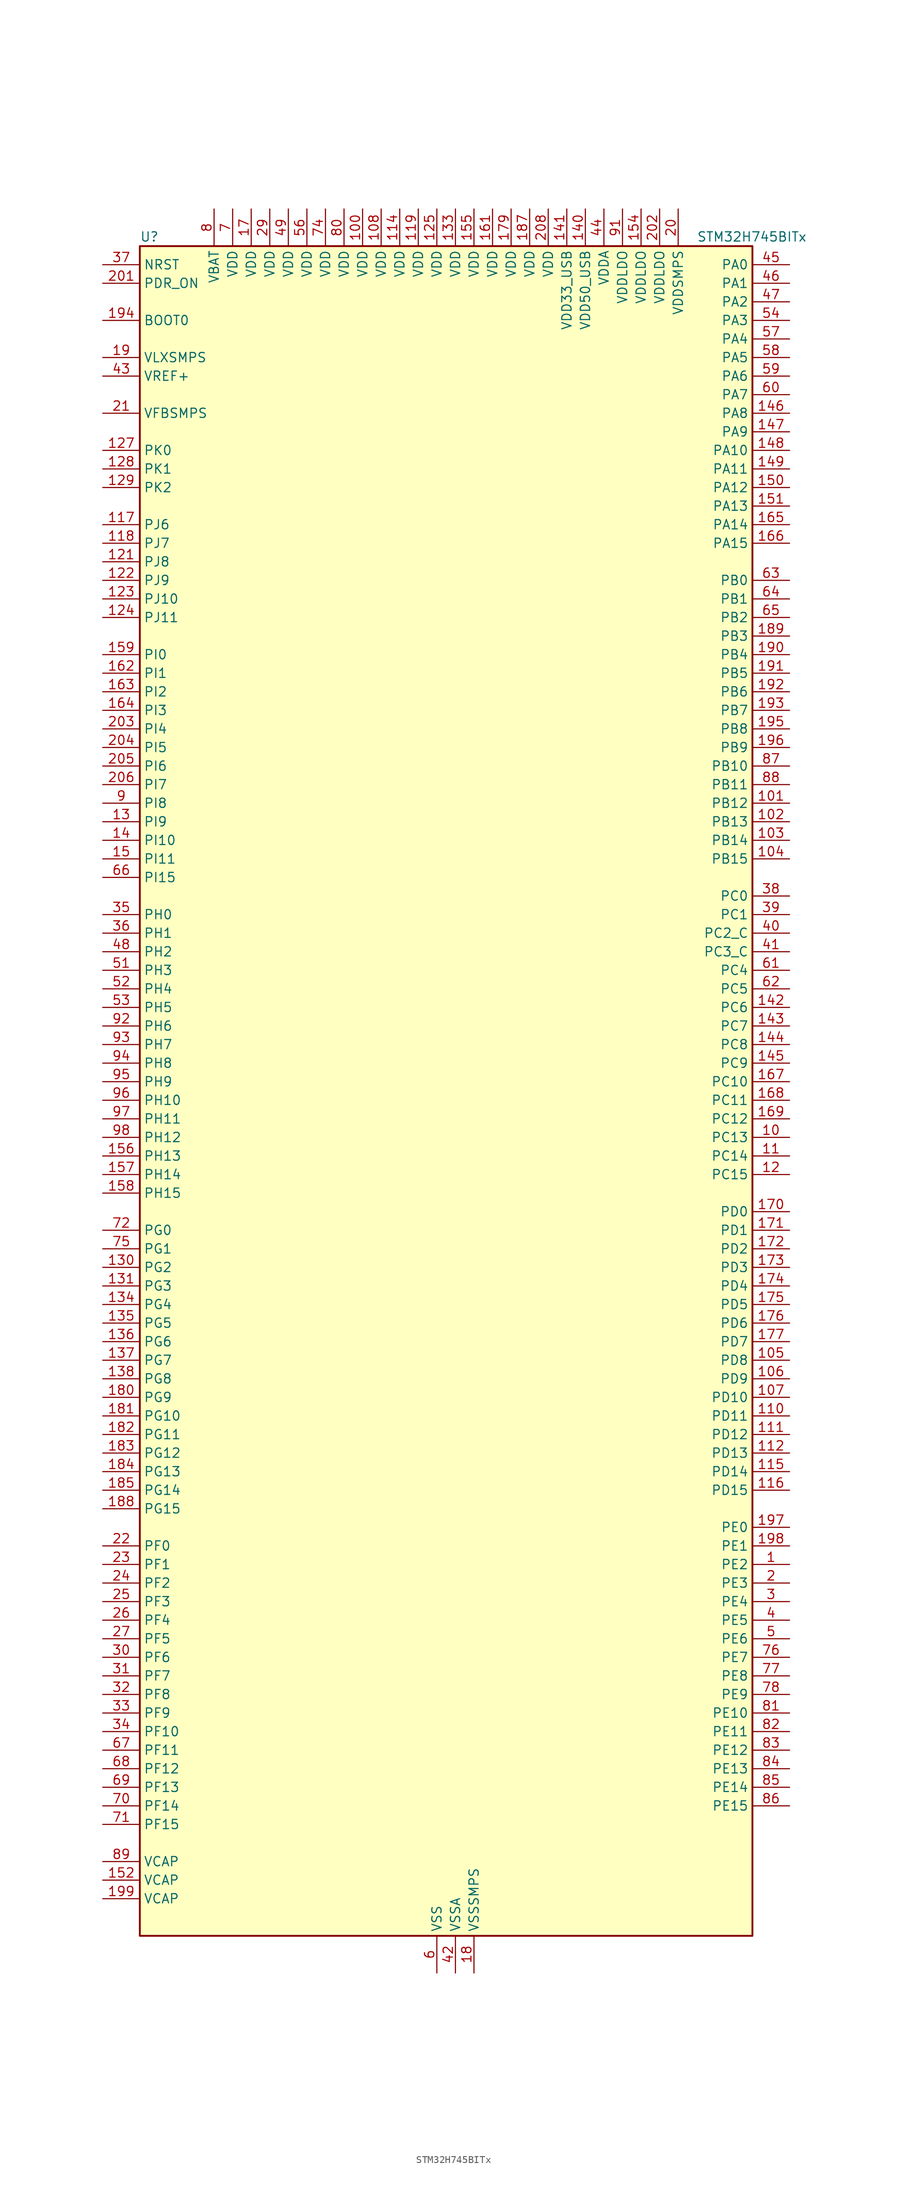
<source format=kicad_sym>
(kicad_symbol_lib
  (version 20220914)
  (generator kicad_symbol_editor)
  (symbol "STM32H745BITx"
    (property "Reference" "U"
      (at -40.64 118.11 0)
      (effects (font (size 1.27 1.27)) (justify left)))
    (property "Value" "STM32H745BITx"
      (at 35.56 118.11 0)
      (effects (font (size 1.27 1.27)) (justify left)))
    (property "ki_locked" ""
      (at 0 0 0)
      (effects (font (size 1.27 1.27))))
    (symbol "STM32H745BITx_0_1"
      (rectangle (start -40.64 -114.3) (end 43.18 116.84) (stroke (width 0.254) (type default)) (fill (type background))))
    (symbol "STM32H745BITx_1_1"
      (pin bidirectional line (at 48.26 -63.5 180) (length 5.08) (name "PE2" (effects (font (size 1.27 1.27)))) (number "1" (effects (font (size 1.27 1.27)))) (alternate "DEBUG_TRACECLK" bidirectional line) (alternate "ETH_TXD3" bidirectional line) (alternate "FMC_A23" bidirectional line) (alternate "QUADSPI_BK1_IO2" bidirectional line) (alternate "SAI1_CK1" bidirectional line) (alternate "SAI1_MCLK_A" bidirectional line) (alternate "SAI4_CK1" bidirectional line) (alternate "SAI4_MCLK_A" bidirectional line) (alternate "SPI4_SCK" bidirectional line))
      (pin bidirectional line (at 48.26 -5.08 180) (length 5.08) (name "PC13" (effects (font (size 1.27 1.27)))) (number "10" (effects (font (size 1.27 1.27)))) (alternate "PWR_WKUP2" bidirectional line) (alternate "RTC_OUT_ALARM" bidirectional line) (alternate "RTC_OUT_CALIB" bidirectional line) (alternate "RTC_TAMP1" bidirectional line) (alternate "RTC_TS" bidirectional line))
      (pin power_in line (at -10.16 121.92 270) (length 5.08) (name "VDD" (effects (font (size 1.27 1.27)))) (number "100" (effects (font (size 1.27 1.27)))))
      (pin bidirectional line (at 48.26 40.64 180) (length 5.08) (name "PB12" (effects (font (size 1.27 1.27)))) (number "101" (effects (font (size 1.27 1.27)))) (alternate "DFSDM1_DATIN1" bidirectional line) (alternate "ETH_TXD0" bidirectional line) (alternate "FDCAN2_RX" bidirectional line) (alternate "I2C2_SMBA" bidirectional line) (alternate "I2S2_WS" bidirectional line) (alternate "SPI2_NSS" bidirectional line) (alternate "TIM1_BKIN" bidirectional line) (alternate "TIM1_BKIN_COMP1" bidirectional line) (alternate "TIM1_BKIN_COMP2" bidirectional line) (alternate "UART5_RX" bidirectional line) (alternate "USART3_CK" bidirectional line) (alternate "USB_OTG_HS_ID" bidirectional line) (alternate "USB_OTG_HS_ULPI_D5" bidirectional line))
      (pin bidirectional line (at 48.26 38.1 180) (length 5.08) (name "PB13" (effects (font (size 1.27 1.27)))) (number "102" (effects (font (size 1.27 1.27)))) (alternate "DFSDM1_CKIN1" bidirectional line) (alternate "ETH_TXD1" bidirectional line) (alternate "FDCAN2_TX" bidirectional line) (alternate "I2S2_CK" bidirectional line) (alternate "LPTIM2_OUT" bidirectional line) (alternate "SPI2_SCK" bidirectional line) (alternate "TIM1_CH1N" bidirectional line) (alternate "UART5_TX" bidirectional line) (alternate "USART3_CTS" bidirectional line) (alternate "USART3_NSS" bidirectional line) (alternate "USB_OTG_HS_ULPI_D6" bidirectional line) (alternate "USB_OTG_HS_VBUS" bidirectional line))
      (pin bidirectional line (at 48.26 35.56 180) (length 5.08) (name "PB14" (effects (font (size 1.27 1.27)))) (number "103" (effects (font (size 1.27 1.27)))) (alternate "DFSDM1_DATIN2" bidirectional line) (alternate "I2S2_SDI" bidirectional line) (alternate "SDMMC2_D0" bidirectional line) (alternate "SPI2_MISO" bidirectional line) (alternate "TIM12_CH1" bidirectional line) (alternate "TIM1_CH2N" bidirectional line) (alternate "TIM8_CH2N" bidirectional line) (alternate "UART4_DE" bidirectional line) (alternate "UART4_RTS" bidirectional line) (alternate "USART1_TX" bidirectional line) (alternate "USART3_DE" bidirectional line) (alternate "USART3_RTS" bidirectional line) (alternate "USB_OTG_HS_DM" bidirectional line))
      (pin bidirectional line (at 48.26 33.02 180) (length 5.08) (name "PB15" (effects (font (size 1.27 1.27)))) (number "104" (effects (font (size 1.27 1.27)))) (alternate "ADC1_EXTI15" bidirectional line) (alternate "ADC2_EXTI15" bidirectional line) (alternate "ADC3_EXTI15" bidirectional line) (alternate "DFSDM1_CKIN2" bidirectional line) (alternate "I2S2_SDO" bidirectional line) (alternate "RTC_REFIN" bidirectional line) (alternate "SDMMC2_D1" bidirectional line) (alternate "SPI2_MOSI" bidirectional line) (alternate "TIM12_CH2" bidirectional line) (alternate "TIM1_CH3N" bidirectional line) (alternate "TIM8_CH3N" bidirectional line) (alternate "UART4_CTS" bidirectional line) (alternate "USART1_RX" bidirectional line) (alternate "USB_OTG_HS_DP" bidirectional line))
      (pin bidirectional line (at 48.26 -35.56 180) (length 5.08) (name "PD8" (effects (font (size 1.27 1.27)))) (number "105" (effects (font (size 1.27 1.27)))) (alternate "DFSDM1_CKIN3" bidirectional line) (alternate "FMC_D13" bidirectional line) (alternate "FMC_DA13" bidirectional line) (alternate "SAI3_SCK_B" bidirectional line) (alternate "SPDIFRX1_IN1" bidirectional line) (alternate "USART3_TX" bidirectional line))
      (pin bidirectional line (at 48.26 -38.1 180) (length 5.08) (name "PD9" (effects (font (size 1.27 1.27)))) (number "106" (effects (font (size 1.27 1.27)))) (alternate "DAC1_EXTI9" bidirectional line) (alternate "DFSDM1_DATIN3" bidirectional line) (alternate "FMC_D14" bidirectional line) (alternate "FMC_DA14" bidirectional line) (alternate "SAI3_SD_B" bidirectional line) (alternate "USART3_RX" bidirectional line))
      (pin bidirectional line (at 48.26 -40.64 180) (length 5.08) (name "PD10" (effects (font (size 1.27 1.27)))) (number "107" (effects (font (size 1.27 1.27)))) (alternate "DFSDM1_CKOUT" bidirectional line) (alternate "FMC_D15" bidirectional line) (alternate "FMC_DA15" bidirectional line) (alternate "LTDC_B3" bidirectional line) (alternate "SAI3_FS_B" bidirectional line) (alternate "USART3_CK" bidirectional line))
      (pin power_in line (at -7.62 121.92 270) (length 5.08) (name "VDD" (effects (font (size 1.27 1.27)))) (number "108" (effects (font (size 1.27 1.27)))))
      (pin passive line (at 0 -119.38 90) (length 5.08) hide (name "VSS" (effects (font (size 1.27 1.27)))) (number "109" (effects (font (size 1.27 1.27)))))
      (pin bidirectional line (at 48.26 -7.62 180) (length 5.08) (name "PC14" (effects (font (size 1.27 1.27)))) (number "11" (effects (font (size 1.27 1.27)))) (alternate "RCC_OSC32_IN" bidirectional line))
      (pin bidirectional line (at 48.26 -43.18 180) (length 5.08) (name "PD11" (effects (font (size 1.27 1.27)))) (number "110" (effects (font (size 1.27 1.27)))) (alternate "ADC1_EXTI11" bidirectional line) (alternate "ADC2_EXTI11" bidirectional line) (alternate "ADC3_EXTI11" bidirectional line) (alternate "FMC_A16" bidirectional line) (alternate "FMC_CLE" bidirectional line) (alternate "I2C4_SMBA" bidirectional line) (alternate "LPTIM2_IN2" bidirectional line) (alternate "QUADSPI_BK1_IO0" bidirectional line) (alternate "SAI2_SD_A" bidirectional line) (alternate "USART3_CTS" bidirectional line) (alternate "USART3_NSS" bidirectional line))
      (pin bidirectional line (at 48.26 -45.72 180) (length 5.08) (name "PD12" (effects (font (size 1.27 1.27)))) (number "111" (effects (font (size 1.27 1.27)))) (alternate "FMC_A17" bidirectional line) (alternate "FMC_ALE" bidirectional line) (alternate "I2C4_SCL" bidirectional line) (alternate "LPTIM1_IN1" bidirectional line) (alternate "LPTIM2_IN1" bidirectional line) (alternate "QUADSPI_BK1_IO1" bidirectional line) (alternate "SAI2_FS_A" bidirectional line) (alternate "TIM4_CH1" bidirectional line) (alternate "USART3_DE" bidirectional line) (alternate "USART3_RTS" bidirectional line))
      (pin bidirectional line (at 48.26 -48.26 180) (length 5.08) (name "PD13" (effects (font (size 1.27 1.27)))) (number "112" (effects (font (size 1.27 1.27)))) (alternate "FMC_A18" bidirectional line) (alternate "I2C4_SDA" bidirectional line) (alternate "LPTIM1_OUT" bidirectional line) (alternate "QUADSPI_BK1_IO3" bidirectional line) (alternate "SAI2_SCK_A" bidirectional line) (alternate "TIM4_CH2" bidirectional line))
      (pin passive line (at 0 -119.38 90) (length 5.08) hide (name "VSS" (effects (font (size 1.27 1.27)))) (number "113" (effects (font (size 1.27 1.27)))))
      (pin power_in line (at -5.08 121.92 270) (length 5.08) (name "VDD" (effects (font (size 1.27 1.27)))) (number "114" (effects (font (size 1.27 1.27)))))
      (pin bidirectional line (at 48.26 -50.8 180) (length 5.08) (name "PD14" (effects (font (size 1.27 1.27)))) (number "115" (effects (font (size 1.27 1.27)))) (alternate "FMC_D0" bidirectional line) (alternate "FMC_DA0" bidirectional line) (alternate "SAI3_MCLK_B" bidirectional line) (alternate "TIM4_CH3" bidirectional line) (alternate "UART8_CTS" bidirectional line))
      (pin bidirectional line (at 48.26 -53.34 180) (length 5.08) (name "PD15" (effects (font (size 1.27 1.27)))) (number "116" (effects (font (size 1.27 1.27)))) (alternate "ADC1_EXTI15" bidirectional line) (alternate "ADC2_EXTI15" bidirectional line) (alternate "ADC3_EXTI15" bidirectional line) (alternate "FMC_D1" bidirectional line) (alternate "FMC_DA1" bidirectional line) (alternate "SAI3_MCLK_A" bidirectional line) (alternate "TIM4_CH4" bidirectional line) (alternate "UART8_DE" bidirectional line) (alternate "UART8_RTS" bidirectional line))
      (pin bidirectional line (at -45.72 78.74 0) (length 5.08) (name "PJ6" (effects (font (size 1.27 1.27)))) (number "117" (effects (font (size 1.27 1.27)))) (alternate "LTDC_R7" bidirectional line) (alternate "TIM8_CH2" bidirectional line))
      (pin bidirectional line (at -45.72 76.2 0) (length 5.08) (name "PJ7" (effects (font (size 1.27 1.27)))) (number "118" (effects (font (size 1.27 1.27)))) (alternate "DEBUG_TRGIN" bidirectional line) (alternate "LTDC_G0" bidirectional line) (alternate "TIM8_CH2N" bidirectional line))
      (pin power_in line (at -2.54 121.92 270) (length 5.08) (name "VDD" (effects (font (size 1.27 1.27)))) (number "119" (effects (font (size 1.27 1.27)))))
      (pin bidirectional line (at 48.26 -10.16 180) (length 5.08) (name "PC15" (effects (font (size 1.27 1.27)))) (number "12" (effects (font (size 1.27 1.27)))) (alternate "ADC1_EXTI15" bidirectional line) (alternate "ADC2_EXTI15" bidirectional line) (alternate "ADC3_EXTI15" bidirectional line) (alternate "RCC_OSC32_OUT" bidirectional line))
      (pin passive line (at 0 -119.38 90) (length 5.08) hide (name "VSS" (effects (font (size 1.27 1.27)))) (number "120" (effects (font (size 1.27 1.27)))))
      (pin bidirectional line (at -45.72 73.66 0) (length 5.08) (name "PJ8" (effects (font (size 1.27 1.27)))) (number "121" (effects (font (size 1.27 1.27)))) (alternate "LTDC_G1" bidirectional line) (alternate "TIM1_CH3N" bidirectional line) (alternate "TIM8_CH1" bidirectional line) (alternate "UART8_TX" bidirectional line))
      (pin bidirectional line (at -45.72 71.12 0) (length 5.08) (name "PJ9" (effects (font (size 1.27 1.27)))) (number "122" (effects (font (size 1.27 1.27)))) (alternate "DAC1_EXTI9" bidirectional line) (alternate "LTDC_G2" bidirectional line) (alternate "TIM1_CH3" bidirectional line) (alternate "TIM8_CH1N" bidirectional line) (alternate "UART8_RX" bidirectional line))
      (pin bidirectional line (at -45.72 68.58 0) (length 5.08) (name "PJ10" (effects (font (size 1.27 1.27)))) (number "123" (effects (font (size 1.27 1.27)))) (alternate "LTDC_G3" bidirectional line) (alternate "SPI5_MOSI" bidirectional line) (alternate "TIM1_CH2N" bidirectional line) (alternate "TIM8_CH2" bidirectional line))
      (pin bidirectional line (at -45.72 66.04 0) (length 5.08) (name "PJ11" (effects (font (size 1.27 1.27)))) (number "124" (effects (font (size 1.27 1.27)))) (alternate "ADC1_EXTI11" bidirectional line) (alternate "ADC2_EXTI11" bidirectional line) (alternate "ADC3_EXTI11" bidirectional line) (alternate "LTDC_G4" bidirectional line) (alternate "SPI5_MISO" bidirectional line) (alternate "TIM1_CH2" bidirectional line) (alternate "TIM8_CH2N" bidirectional line))
      (pin power_in line (at 0 121.92 270) (length 5.08) (name "VDD" (effects (font (size 1.27 1.27)))) (number "125" (effects (font (size 1.27 1.27)))))
      (pin passive line (at 0 -119.38 90) (length 5.08) hide (name "VSS" (effects (font (size 1.27 1.27)))) (number "126" (effects (font (size 1.27 1.27)))))
      (pin bidirectional line (at -45.72 88.9 0) (length 5.08) (name "PK0" (effects (font (size 1.27 1.27)))) (number "127" (effects (font (size 1.27 1.27)))) (alternate "LTDC_G5" bidirectional line) (alternate "SPI5_SCK" bidirectional line) (alternate "TIM1_CH1N" bidirectional line) (alternate "TIM8_CH3" bidirectional line))
      (pin bidirectional line (at -45.72 86.36 0) (length 5.08) (name "PK1" (effects (font (size 1.27 1.27)))) (number "128" (effects (font (size 1.27 1.27)))) (alternate "LTDC_G6" bidirectional line) (alternate "SPI5_NSS" bidirectional line) (alternate "TIM1_CH1" bidirectional line) (alternate "TIM8_CH3N" bidirectional line))
      (pin bidirectional line (at -45.72 83.82 0) (length 5.08) (name "PK2" (effects (font (size 1.27 1.27)))) (number "129" (effects (font (size 1.27 1.27)))) (alternate "LTDC_G7" bidirectional line) (alternate "TIM1_BKIN" bidirectional line) (alternate "TIM1_BKIN_COMP1" bidirectional line) (alternate "TIM1_BKIN_COMP2" bidirectional line) (alternate "TIM8_BKIN" bidirectional line) (alternate "TIM8_BKIN_COMP1" bidirectional line) (alternate "TIM8_BKIN_COMP2" bidirectional line))
      (pin bidirectional line (at -45.72 38.1 0) (length 5.08) (name "PI9" (effects (font (size 1.27 1.27)))) (number "13" (effects (font (size 1.27 1.27)))) (alternate "DAC1_EXTI9" bidirectional line) (alternate "FDCAN1_RX" bidirectional line) (alternate "FMC_D30" bidirectional line) (alternate "LTDC_VSYNC" bidirectional line) (alternate "UART4_RX" bidirectional line))
      (pin bidirectional line (at -45.72 -22.86 0) (length 5.08) (name "PG2" (effects (font (size 1.27 1.27)))) (number "130" (effects (font (size 1.27 1.27)))) (alternate "FMC_A12" bidirectional line) (alternate "TIM8_BKIN" bidirectional line) (alternate "TIM8_BKIN_COMP1" bidirectional line) (alternate "TIM8_BKIN_COMP2" bidirectional line))
      (pin bidirectional line (at -45.72 -25.4 0) (length 5.08) (name "PG3" (effects (font (size 1.27 1.27)))) (number "131" (effects (font (size 1.27 1.27)))) (alternate "FMC_A13" bidirectional line) (alternate "TIM8_BKIN2" bidirectional line) (alternate "TIM8_BKIN2_COMP1" bidirectional line) (alternate "TIM8_BKIN2_COMP2" bidirectional line))
      (pin passive line (at 0 -119.38 90) (length 5.08) hide (name "VSS" (effects (font (size 1.27 1.27)))) (number "132" (effects (font (size 1.27 1.27)))))
      (pin power_in line (at 2.54 121.92 270) (length 5.08) (name "VDD" (effects (font (size 1.27 1.27)))) (number "133" (effects (font (size 1.27 1.27)))))
      (pin bidirectional line (at -45.72 -27.94 0) (length 5.08) (name "PG4" (effects (font (size 1.27 1.27)))) (number "134" (effects (font (size 1.27 1.27)))) (alternate "FMC_A14" bidirectional line) (alternate "FMC_BA0" bidirectional line) (alternate "TIM1_BKIN2" bidirectional line) (alternate "TIM1_BKIN2_COMP1" bidirectional line) (alternate "TIM1_BKIN2_COMP2" bidirectional line))
      (pin bidirectional line (at -45.72 -30.48 0) (length 5.08) (name "PG5" (effects (font (size 1.27 1.27)))) (number "135" (effects (font (size 1.27 1.27)))) (alternate "FMC_A15" bidirectional line) (alternate "FMC_BA1" bidirectional line) (alternate "TIM1_ETR" bidirectional line))
      (pin bidirectional line (at -45.72 -33.02 0) (length 5.08) (name "PG6" (effects (font (size 1.27 1.27)))) (number "136" (effects (font (size 1.27 1.27)))) (alternate "DCMI_D12" bidirectional line) (alternate "FMC_NE3" bidirectional line) (alternate "HRTIM_CHE1" bidirectional line) (alternate "LTDC_R7" bidirectional line) (alternate "QUADSPI_BK1_NCS" bidirectional line) (alternate "TIM17_BKIN" bidirectional line))
      (pin bidirectional line (at -45.72 -35.56 0) (length 5.08) (name "PG7" (effects (font (size 1.27 1.27)))) (number "137" (effects (font (size 1.27 1.27)))) (alternate "DCMI_D13" bidirectional line) (alternate "FMC_INT" bidirectional line) (alternate "HRTIM_CHE2" bidirectional line) (alternate "LTDC_CLK" bidirectional line) (alternate "SAI1_MCLK_A" bidirectional line) (alternate "USART6_CK" bidirectional line))
      (pin bidirectional line (at -45.72 -38.1 0) (length 5.08) (name "PG8" (effects (font (size 1.27 1.27)))) (number "138" (effects (font (size 1.27 1.27)))) (alternate "ETH_PPS_OUT" bidirectional line) (alternate "FMC_SDCLK" bidirectional line) (alternate "LTDC_G7" bidirectional line) (alternate "SPDIFRX1_IN2" bidirectional line) (alternate "SPI6_NSS" bidirectional line) (alternate "TIM8_ETR" bidirectional line) (alternate "USART6_DE" bidirectional line) (alternate "USART6_RTS" bidirectional line))
      (pin passive line (at 0 -119.38 90) (length 5.08) hide (name "VSS" (effects (font (size 1.27 1.27)))) (number "139" (effects (font (size 1.27 1.27)))))
      (pin bidirectional line (at -45.72 35.56 0) (length 5.08) (name "PI10" (effects (font (size 1.27 1.27)))) (number "14" (effects (font (size 1.27 1.27)))) (alternate "ETH_RX_ER" bidirectional line) (alternate "FMC_D31" bidirectional line) (alternate "LTDC_HSYNC" bidirectional line))
      (pin power_in line (at 20.32 121.92 270) (length 5.08) (name "VDD50_USB" (effects (font (size 1.27 1.27)))) (number "140" (effects (font (size 1.27 1.27)))))
      (pin power_in line (at 17.78 121.92 270) (length 5.08) (name "VDD33_USB" (effects (font (size 1.27 1.27)))) (number "141" (effects (font (size 1.27 1.27)))))
      (pin bidirectional line (at 48.26 12.7 180) (length 5.08) (name "PC6" (effects (font (size 1.27 1.27)))) (number "142" (effects (font (size 1.27 1.27)))) (alternate "DCMI_D0" bidirectional line) (alternate "DFSDM1_CKIN3" bidirectional line) (alternate "FMC_NWAIT" bidirectional line) (alternate "HRTIM_CHA1" bidirectional line) (alternate "I2S2_MCK" bidirectional line) (alternate "LTDC_HSYNC" bidirectional line) (alternate "SDMMC1_D0DIR" bidirectional line) (alternate "SDMMC1_D6" bidirectional line) (alternate "SDMMC2_D6" bidirectional line) (alternate "SWPMI1_IO" bidirectional line) (alternate "TIM3_CH1" bidirectional line) (alternate "TIM8_CH1" bidirectional line) (alternate "USART6_TX" bidirectional line))
      (pin bidirectional line (at 48.26 10.16 180) (length 5.08) (name "PC7" (effects (font (size 1.27 1.27)))) (number "143" (effects (font (size 1.27 1.27)))) (alternate "DCMI_D1" bidirectional line) (alternate "DEBUG_TRGIO" bidirectional line) (alternate "DFSDM1_DATIN3" bidirectional line) (alternate "FMC_NE1" bidirectional line) (alternate "HRTIM_CHA2" bidirectional line) (alternate "I2S3_MCK" bidirectional line) (alternate "LTDC_G6" bidirectional line) (alternate "SDMMC1_D123DIR" bidirectional line) (alternate "SDMMC1_D7" bidirectional line) (alternate "SDMMC2_D7" bidirectional line) (alternate "SWPMI1_TX" bidirectional line) (alternate "TIM3_CH2" bidirectional line) (alternate "TIM8_CH2" bidirectional line) (alternate "USART6_RX" bidirectional line))
      (pin bidirectional line (at 48.26 7.62 180) (length 5.08) (name "PC8" (effects (font (size 1.27 1.27)))) (number "144" (effects (font (size 1.27 1.27)))) (alternate "DCMI_D2" bidirectional line) (alternate "DEBUG_TRACED1" bidirectional line) (alternate "FMC_NCE" bidirectional line) (alternate "FMC_NE2" bidirectional line) (alternate "HRTIM_CHB1" bidirectional line) (alternate "SDMMC1_D0" bidirectional line) (alternate "SWPMI1_RX" bidirectional line) (alternate "TIM3_CH3" bidirectional line) (alternate "TIM8_CH3" bidirectional line) (alternate "UART5_DE" bidirectional line) (alternate "UART5_RTS" bidirectional line) (alternate "USART6_CK" bidirectional line))
      (pin bidirectional line (at 48.26 5.08 180) (length 5.08) (name "PC9" (effects (font (size 1.27 1.27)))) (number "145" (effects (font (size 1.27 1.27)))) (alternate "DAC1_EXTI9" bidirectional line) (alternate "DCMI_D3" bidirectional line) (alternate "I2C3_SDA" bidirectional line) (alternate "I2S_CKIN" bidirectional line) (alternate "LTDC_B2" bidirectional line) (alternate "LTDC_G3" bidirectional line) (alternate "QUADSPI_BK1_IO0" bidirectional line) (alternate "RCC_MCO_2" bidirectional line) (alternate "SDMMC1_D1" bidirectional line) (alternate "SWPMI1_SUSPEND" bidirectional line) (alternate "TIM3_CH4" bidirectional line) (alternate "TIM8_CH4" bidirectional line) (alternate "UART5_CTS" bidirectional line))
      (pin bidirectional line (at 48.26 93.98 180) (length 5.08) (name "PA8" (effects (font (size 1.27 1.27)))) (number "146" (effects (font (size 1.27 1.27)))) (alternate "HRTIM_CHB2" bidirectional line) (alternate "I2C3_SCL" bidirectional line) (alternate "LTDC_B3" bidirectional line) (alternate "LTDC_R6" bidirectional line) (alternate "RCC_MCO_1" bidirectional line) (alternate "TIM1_CH1" bidirectional line) (alternate "TIM8_BKIN2" bidirectional line) (alternate "TIM8_BKIN2_COMP1" bidirectional line) (alternate "TIM8_BKIN2_COMP2" bidirectional line) (alternate "UART7_RX" bidirectional line) (alternate "USART1_CK" bidirectional line) (alternate "USB_OTG_FS_SOF" bidirectional line))
      (pin bidirectional line (at 48.26 91.44 180) (length 5.08) (name "PA9" (effects (font (size 1.27 1.27)))) (number "147" (effects (font (size 1.27 1.27)))) (alternate "DAC1_EXTI9" bidirectional line) (alternate "DCMI_D0" bidirectional line) (alternate "HRTIM_CHC1" bidirectional line) (alternate "I2C3_SMBA" bidirectional line) (alternate "I2S2_CK" bidirectional line) (alternate "LPUART1_TX" bidirectional line) (alternate "LTDC_R5" bidirectional line) (alternate "SPI2_SCK" bidirectional line) (alternate "TIM1_CH2" bidirectional line) (alternate "USART1_TX" bidirectional line) (alternate "USB_OTG_FS_VBUS" bidirectional line))
      (pin bidirectional line (at 48.26 88.9 180) (length 5.08) (name "PA10" (effects (font (size 1.27 1.27)))) (number "148" (effects (font (size 1.27 1.27)))) (alternate "DCMI_D1" bidirectional line) (alternate "HRTIM_CHC2" bidirectional line) (alternate "LPUART1_RX" bidirectional line) (alternate "LTDC_B1" bidirectional line) (alternate "LTDC_B4" bidirectional line) (alternate "MDIOS_MDIO" bidirectional line) (alternate "TIM1_CH3" bidirectional line) (alternate "USART1_RX" bidirectional line) (alternate "USB_OTG_FS_ID" bidirectional line))
      (pin bidirectional line (at 48.26 86.36 180) (length 5.08) (name "PA11" (effects (font (size 1.27 1.27)))) (number "149" (effects (font (size 1.27 1.27)))) (alternate "ADC1_EXTI11" bidirectional line) (alternate "ADC2_EXTI11" bidirectional line) (alternate "ADC3_EXTI11" bidirectional line) (alternate "FDCAN1_RX" bidirectional line) (alternate "HRTIM_CHD1" bidirectional line) (alternate "I2S2_WS" bidirectional line) (alternate "LPUART1_CTS" bidirectional line) (alternate "LTDC_R4" bidirectional line) (alternate "SPI2_NSS" bidirectional line) (alternate "TIM1_CH4" bidirectional line) (alternate "UART4_RX" bidirectional line) (alternate "USART1_CTS" bidirectional line) (alternate "USART1_NSS" bidirectional line) (alternate "USB_OTG_FS_DM" bidirectional line))
      (pin bidirectional line (at -45.72 33.02 0) (length 5.08) (name "PI11" (effects (font (size 1.27 1.27)))) (number "15" (effects (font (size 1.27 1.27)))) (alternate "ADC1_EXTI11" bidirectional line) (alternate "ADC2_EXTI11" bidirectional line) (alternate "ADC3_EXTI11" bidirectional line) (alternate "LTDC_G6" bidirectional line) (alternate "PWR_WKUP4" bidirectional line) (alternate "USB_OTG_HS_ULPI_DIR" bidirectional line))
      (pin bidirectional line (at 48.26 83.82 180) (length 5.08) (name "PA12" (effects (font (size 1.27 1.27)))) (number "150" (effects (font (size 1.27 1.27)))) (alternate "FDCAN1_TX" bidirectional line) (alternate "HRTIM_CHD2" bidirectional line) (alternate "I2S2_CK" bidirectional line) (alternate "LPUART1_DE" bidirectional line) (alternate "LPUART1_RTS" bidirectional line) (alternate "LTDC_R5" bidirectional line) (alternate "SAI2_FS_B" bidirectional line) (alternate "SPI2_SCK" bidirectional line) (alternate "TIM1_ETR" bidirectional line) (alternate "UART4_TX" bidirectional line) (alternate "USART1_DE" bidirectional line) (alternate "USART1_RTS" bidirectional line) (alternate "USB_OTG_FS_DP" bidirectional line))
      (pin bidirectional line (at 48.26 81.28 180) (length 5.08) (name "PA13" (effects (font (size 1.27 1.27)))) (number "151" (effects (font (size 1.27 1.27)))) (alternate "DEBUG_JTMS-SWDIO" bidirectional line))
      (pin power_in line (at -45.72 -106.68 0) (length 5.08) (name "VCAP" (effects (font (size 1.27 1.27)))) (number "152" (effects (font (size 1.27 1.27)))))
      (pin passive line (at 0 -119.38 90) (length 5.08) hide (name "VSS" (effects (font (size 1.27 1.27)))) (number "153" (effects (font (size 1.27 1.27)))))
      (pin power_in line (at 27.94 121.92 270) (length 5.08) (name "VDDLDO" (effects (font (size 1.27 1.27)))) (number "154" (effects (font (size 1.27 1.27)))))
      (pin power_in line (at 5.08 121.92 270) (length 5.08) (name "VDD" (effects (font (size 1.27 1.27)))) (number "155" (effects (font (size 1.27 1.27)))))
      (pin bidirectional line (at -45.72 -7.62 0) (length 5.08) (name "PH13" (effects (font (size 1.27 1.27)))) (number "156" (effects (font (size 1.27 1.27)))) (alternate "FDCAN1_TX" bidirectional line) (alternate "FMC_D21" bidirectional line) (alternate "LTDC_G2" bidirectional line) (alternate "TIM8_CH1N" bidirectional line) (alternate "UART4_TX" bidirectional line))
      (pin bidirectional line (at -45.72 -10.16 0) (length 5.08) (name "PH14" (effects (font (size 1.27 1.27)))) (number "157" (effects (font (size 1.27 1.27)))) (alternate "DCMI_D4" bidirectional line) (alternate "FDCAN1_RX" bidirectional line) (alternate "FMC_D22" bidirectional line) (alternate "LTDC_G3" bidirectional line) (alternate "TIM8_CH2N" bidirectional line) (alternate "UART4_RX" bidirectional line))
      (pin bidirectional line (at -45.72 -12.7 0) (length 5.08) (name "PH15" (effects (font (size 1.27 1.27)))) (number "158" (effects (font (size 1.27 1.27)))) (alternate "ADC1_EXTI15" bidirectional line) (alternate "ADC2_EXTI15" bidirectional line) (alternate "ADC3_EXTI15" bidirectional line) (alternate "DCMI_D11" bidirectional line) (alternate "FMC_D23" bidirectional line) (alternate "LTDC_G4" bidirectional line) (alternate "TIM8_CH3N" bidirectional line))
      (pin bidirectional line (at -45.72 60.96 0) (length 5.08) (name "PI0" (effects (font (size 1.27 1.27)))) (number "159" (effects (font (size 1.27 1.27)))) (alternate "DCMI_D13" bidirectional line) (alternate "FMC_D24" bidirectional line) (alternate "I2S2_WS" bidirectional line) (alternate "LTDC_G5" bidirectional line) (alternate "SPI2_NSS" bidirectional line) (alternate "TIM5_CH4" bidirectional line))
      (pin passive line (at 0 -119.38 90) (length 5.08) hide (name "VSS" (effects (font (size 1.27 1.27)))) (number "16" (effects (font (size 1.27 1.27)))))
      (pin passive line (at 0 -119.38 90) (length 5.08) hide (name "VSS" (effects (font (size 1.27 1.27)))) (number "160" (effects (font (size 1.27 1.27)))))
      (pin power_in line (at 7.62 121.92 270) (length 5.08) (name "VDD" (effects (font (size 1.27 1.27)))) (number "161" (effects (font (size 1.27 1.27)))))
      (pin bidirectional line (at -45.72 58.42 0) (length 5.08) (name "PI1" (effects (font (size 1.27 1.27)))) (number "162" (effects (font (size 1.27 1.27)))) (alternate "DCMI_D8" bidirectional line) (alternate "FMC_D25" bidirectional line) (alternate "I2S2_CK" bidirectional line) (alternate "LTDC_G6" bidirectional line) (alternate "SPI2_SCK" bidirectional line) (alternate "TIM8_BKIN2" bidirectional line) (alternate "TIM8_BKIN2_COMP1" bidirectional line) (alternate "TIM8_BKIN2_COMP2" bidirectional line))
      (pin bidirectional line (at -45.72 55.88 0) (length 5.08) (name "PI2" (effects (font (size 1.27 1.27)))) (number "163" (effects (font (size 1.27 1.27)))) (alternate "DCMI_D9" bidirectional line) (alternate "FMC_D26" bidirectional line) (alternate "I2S2_SDI" bidirectional line) (alternate "LTDC_G7" bidirectional line) (alternate "SPI2_MISO" bidirectional line) (alternate "TIM8_CH4" bidirectional line))
      (pin bidirectional line (at -45.72 53.34 0) (length 5.08) (name "PI3" (effects (font (size 1.27 1.27)))) (number "164" (effects (font (size 1.27 1.27)))) (alternate "DCMI_D10" bidirectional line) (alternate "FMC_D27" bidirectional line) (alternate "I2S2_SDO" bidirectional line) (alternate "SPI2_MOSI" bidirectional line) (alternate "TIM8_ETR" bidirectional line))
      (pin bidirectional line (at 48.26 78.74 180) (length 5.08) (name "PA14" (effects (font (size 1.27 1.27)))) (number "165" (effects (font (size 1.27 1.27)))) (alternate "DEBUG_JTCK-SWCLK" bidirectional line))
      (pin bidirectional line (at 48.26 76.2 180) (length 5.08) (name "PA15" (effects (font (size 1.27 1.27)))) (number "166" (effects (font (size 1.27 1.27)))) (alternate "ADC1_EXTI15" bidirectional line) (alternate "ADC2_EXTI15" bidirectional line) (alternate "ADC3_EXTI15" bidirectional line) (alternate "CEC" bidirectional line) (alternate "DEBUG_JTDI" bidirectional line) (alternate "HRTIM_FLT1" bidirectional line) (alternate "I2S1_WS" bidirectional line) (alternate "I2S3_WS" bidirectional line) (alternate "SPI1_NSS" bidirectional line) (alternate "SPI3_NSS" bidirectional line) (alternate "SPI6_NSS" bidirectional line) (alternate "TIM2_CH1" bidirectional line) (alternate "TIM2_ETR" bidirectional line) (alternate "UART4_DE" bidirectional line) (alternate "UART4_RTS" bidirectional line) (alternate "UART7_TX" bidirectional line))
      (pin bidirectional line (at 48.26 2.54 180) (length 5.08) (name "PC10" (effects (font (size 1.27 1.27)))) (number "167" (effects (font (size 1.27 1.27)))) (alternate "DCMI_D8" bidirectional line) (alternate "DFSDM1_CKIN5" bidirectional line) (alternate "HRTIM_EEV1" bidirectional line) (alternate "I2S3_CK" bidirectional line) (alternate "LTDC_R2" bidirectional line) (alternate "QUADSPI_BK1_IO1" bidirectional line) (alternate "SDMMC1_D2" bidirectional line) (alternate "SPI3_SCK" bidirectional line) (alternate "UART4_TX" bidirectional line) (alternate "USART3_TX" bidirectional line))
      (pin bidirectional line (at 48.26 0 180) (length 5.08) (name "PC11" (effects (font (size 1.27 1.27)))) (number "168" (effects (font (size 1.27 1.27)))) (alternate "ADC1_EXTI11" bidirectional line) (alternate "ADC2_EXTI11" bidirectional line) (alternate "ADC3_EXTI11" bidirectional line) (alternate "DCMI_D4" bidirectional line) (alternate "DFSDM1_DATIN5" bidirectional line) (alternate "HRTIM_FLT2" bidirectional line) (alternate "I2S3_SDI" bidirectional line) (alternate "QUADSPI_BK2_NCS" bidirectional line) (alternate "SDMMC1_D3" bidirectional line) (alternate "SPI3_MISO" bidirectional line) (alternate "UART4_RX" bidirectional line) (alternate "USART3_RX" bidirectional line))
      (pin bidirectional line (at 48.26 -2.54 180) (length 5.08) (name "PC12" (effects (font (size 1.27 1.27)))) (number "169" (effects (font (size 1.27 1.27)))) (alternate "DCMI_D9" bidirectional line) (alternate "DEBUG_TRACED3" bidirectional line) (alternate "HRTIM_EEV2" bidirectional line) (alternate "I2S3_SDO" bidirectional line) (alternate "SDMMC1_CK" bidirectional line) (alternate "SPI3_MOSI" bidirectional line) (alternate "UART5_TX" bidirectional line) (alternate "USART3_CK" bidirectional line))
      (pin power_in line (at -25.4 121.92 270) (length 5.08) (name "VDD" (effects (font (size 1.27 1.27)))) (number "17" (effects (font (size 1.27 1.27)))))
      (pin bidirectional line (at 48.26 -15.24 180) (length 5.08) (name "PD0" (effects (font (size 1.27 1.27)))) (number "170" (effects (font (size 1.27 1.27)))) (alternate "DFSDM1_CKIN6" bidirectional line) (alternate "FDCAN1_RX" bidirectional line) (alternate "FMC_D2" bidirectional line) (alternate "FMC_DA2" bidirectional line) (alternate "SAI3_SCK_A" bidirectional line) (alternate "UART4_RX" bidirectional line))
      (pin bidirectional line (at 48.26 -17.78 180) (length 5.08) (name "PD1" (effects (font (size 1.27 1.27)))) (number "171" (effects (font (size 1.27 1.27)))) (alternate "DFSDM1_DATIN6" bidirectional line) (alternate "FDCAN1_TX" bidirectional line) (alternate "FMC_D3" bidirectional line) (alternate "FMC_DA3" bidirectional line) (alternate "SAI3_SD_A" bidirectional line) (alternate "UART4_TX" bidirectional line))
      (pin bidirectional line (at 48.26 -20.32 180) (length 5.08) (name "PD2" (effects (font (size 1.27 1.27)))) (number "172" (effects (font (size 1.27 1.27)))) (alternate "DCMI_D11" bidirectional line) (alternate "DEBUG_TRACED2" bidirectional line) (alternate "SDMMC1_CMD" bidirectional line) (alternate "TIM3_ETR" bidirectional line) (alternate "UART5_RX" bidirectional line))
      (pin bidirectional line (at 48.26 -22.86 180) (length 5.08) (name "PD3" (effects (font (size 1.27 1.27)))) (number "173" (effects (font (size 1.27 1.27)))) (alternate "DCMI_D5" bidirectional line) (alternate "DFSDM1_CKOUT" bidirectional line) (alternate "FMC_CLK" bidirectional line) (alternate "I2S2_CK" bidirectional line) (alternate "LTDC_G7" bidirectional line) (alternate "SPI2_SCK" bidirectional line) (alternate "USART2_CTS" bidirectional line) (alternate "USART2_NSS" bidirectional line))
      (pin bidirectional line (at 48.26 -25.4 180) (length 5.08) (name "PD4" (effects (font (size 1.27 1.27)))) (number "174" (effects (font (size 1.27 1.27)))) (alternate "FMC_NOE" bidirectional line) (alternate "HRTIM_FLT3" bidirectional line) (alternate "SAI3_FS_A" bidirectional line) (alternate "USART2_DE" bidirectional line) (alternate "USART2_RTS" bidirectional line))
      (pin bidirectional line (at 48.26 -27.94 180) (length 5.08) (name "PD5" (effects (font (size 1.27 1.27)))) (number "175" (effects (font (size 1.27 1.27)))) (alternate "FMC_NWE" bidirectional line) (alternate "HRTIM_EEV3" bidirectional line) (alternate "USART2_TX" bidirectional line))
      (pin bidirectional line (at 48.26 -30.48 180) (length 5.08) (name "PD6" (effects (font (size 1.27 1.27)))) (number "176" (effects (font (size 1.27 1.27)))) (alternate "DCMI_D10" bidirectional line) (alternate "DFSDM1_CKIN4" bidirectional line) (alternate "DFSDM1_DATIN1" bidirectional line) (alternate "FMC_NWAIT" bidirectional line) (alternate "I2S3_SDO" bidirectional line) (alternate "LTDC_B2" bidirectional line) (alternate "SAI1_D1" bidirectional line) (alternate "SAI1_SD_A" bidirectional line) (alternate "SAI4_D1" bidirectional line) (alternate "SAI4_SD_A" bidirectional line) (alternate "SDMMC2_CK" bidirectional line) (alternate "SPI3_MOSI" bidirectional line) (alternate "USART2_RX" bidirectional line))
      (pin bidirectional line (at 48.26 -33.02 180) (length 5.08) (name "PD7" (effects (font (size 1.27 1.27)))) (number "177" (effects (font (size 1.27 1.27)))) (alternate "DFSDM1_CKIN1" bidirectional line) (alternate "DFSDM1_DATIN4" bidirectional line) (alternate "FMC_NE1" bidirectional line) (alternate "I2S1_SDO" bidirectional line) (alternate "SDMMC2_CMD" bidirectional line) (alternate "SPDIFRX1_IN0" bidirectional line) (alternate "SPI1_MOSI" bidirectional line) (alternate "USART2_CK" bidirectional line))
      (pin passive line (at 0 -119.38 90) (length 5.08) hide (name "VSS" (effects (font (size 1.27 1.27)))) (number "178" (effects (font (size 1.27 1.27)))))
      (pin power_in line (at 10.16 121.92 270) (length 5.08) (name "VDD" (effects (font (size 1.27 1.27)))) (number "179" (effects (font (size 1.27 1.27)))))
      (pin power_in line (at 5.08 -119.38 90) (length 5.08) (name "VSSSMPS" (effects (font (size 1.27 1.27)))) (number "18" (effects (font (size 1.27 1.27)))))
      (pin bidirectional line (at -45.72 -40.64 0) (length 5.08) (name "PG9" (effects (font (size 1.27 1.27)))) (number "180" (effects (font (size 1.27 1.27)))) (alternate "DAC1_EXTI9" bidirectional line) (alternate "DCMI_VSYNC" bidirectional line) (alternate "FMC_NCE" bidirectional line) (alternate "FMC_NE2" bidirectional line) (alternate "I2S1_SDI" bidirectional line) (alternate "QUADSPI_BK2_IO2" bidirectional line) (alternate "SAI2_FS_B" bidirectional line) (alternate "SPDIFRX1_IN3" bidirectional line) (alternate "SPI1_MISO" bidirectional line) (alternate "USART6_RX" bidirectional line))
      (pin bidirectional line (at -45.72 -43.18 0) (length 5.08) (name "PG10" (effects (font (size 1.27 1.27)))) (number "181" (effects (font (size 1.27 1.27)))) (alternate "DCMI_D2" bidirectional line) (alternate "FMC_NE3" bidirectional line) (alternate "HRTIM_FLT5" bidirectional line) (alternate "I2S1_WS" bidirectional line) (alternate "LTDC_B2" bidirectional line) (alternate "LTDC_G3" bidirectional line) (alternate "SAI2_SD_B" bidirectional line) (alternate "SPI1_NSS" bidirectional line))
      (pin bidirectional line (at -45.72 -45.72 0) (length 5.08) (name "PG11" (effects (font (size 1.27 1.27)))) (number "182" (effects (font (size 1.27 1.27)))) (alternate "ADC1_EXTI11" bidirectional line) (alternate "ADC2_EXTI11" bidirectional line) (alternate "ADC3_EXTI11" bidirectional line) (alternate "DCMI_D3" bidirectional line) (alternate "ETH_TX_EN" bidirectional line) (alternate "HRTIM_EEV4" bidirectional line) (alternate "I2S1_CK" bidirectional line) (alternate "LPTIM1_IN2" bidirectional line) (alternate "LTDC_B3" bidirectional line) (alternate "SDMMC2_D2" bidirectional line) (alternate "SPDIFRX1_IN0" bidirectional line) (alternate "SPI1_SCK" bidirectional line))
      (pin bidirectional line (at -45.72 -48.26 0) (length 5.08) (name "PG12" (effects (font (size 1.27 1.27)))) (number "183" (effects (font (size 1.27 1.27)))) (alternate "ETH_TXD1" bidirectional line) (alternate "FMC_NE4" bidirectional line) (alternate "HRTIM_EEV5" bidirectional line) (alternate "LPTIM1_IN1" bidirectional line) (alternate "LTDC_B1" bidirectional line) (alternate "LTDC_B4" bidirectional line) (alternate "SPDIFRX1_IN1" bidirectional line) (alternate "SPI6_MISO" bidirectional line) (alternate "USART6_DE" bidirectional line) (alternate "USART6_RTS" bidirectional line))
      (pin bidirectional line (at -45.72 -50.8 0) (length 5.08) (name "PG13" (effects (font (size 1.27 1.27)))) (number "184" (effects (font (size 1.27 1.27)))) (alternate "DEBUG_TRACED0" bidirectional line) (alternate "ETH_TXD0" bidirectional line) (alternate "FMC_A24" bidirectional line) (alternate "HRTIM_EEV10" bidirectional line) (alternate "LPTIM1_OUT" bidirectional line) (alternate "LTDC_R0" bidirectional line) (alternate "SPI6_SCK" bidirectional line) (alternate "USART6_CTS" bidirectional line) (alternate "USART6_NSS" bidirectional line))
      (pin bidirectional line (at -45.72 -53.34 0) (length 5.08) (name "PG14" (effects (font (size 1.27 1.27)))) (number "185" (effects (font (size 1.27 1.27)))) (alternate "DEBUG_TRACED1" bidirectional line) (alternate "ETH_TXD1" bidirectional line) (alternate "FMC_A25" bidirectional line) (alternate "LPTIM1_ETR" bidirectional line) (alternate "LTDC_B0" bidirectional line) (alternate "QUADSPI_BK2_IO3" bidirectional line) (alternate "SPI6_MOSI" bidirectional line) (alternate "USART6_TX" bidirectional line))
      (pin passive line (at 0 -119.38 90) (length 5.08) hide (name "VSS" (effects (font (size 1.27 1.27)))) (number "186" (effects (font (size 1.27 1.27)))))
      (pin power_in line (at 12.7 121.92 270) (length 5.08) (name "VDD" (effects (font (size 1.27 1.27)))) (number "187" (effects (font (size 1.27 1.27)))))
      (pin bidirectional line (at -45.72 -55.88 0) (length 5.08) (name "PG15" (effects (font (size 1.27 1.27)))) (number "188" (effects (font (size 1.27 1.27)))) (alternate "ADC1_EXTI15" bidirectional line) (alternate "ADC2_EXTI15" bidirectional line) (alternate "ADC3_EXTI15" bidirectional line) (alternate "DCMI_D13" bidirectional line) (alternate "FMC_SDNCAS" bidirectional line) (alternate "USART6_CTS" bidirectional line) (alternate "USART6_NSS" bidirectional line))
      (pin bidirectional line (at 48.26 63.5 180) (length 5.08) (name "PB3" (effects (font (size 1.27 1.27)))) (number "189" (effects (font (size 1.27 1.27)))) (alternate "CRS_SYNC" bidirectional line) (alternate "DEBUG_JTDO-SWO" bidirectional line) (alternate "HRTIM_FLT4" bidirectional line) (alternate "I2S1_CK" bidirectional line) (alternate "I2S3_CK" bidirectional line) (alternate "SDMMC2_D2" bidirectional line) (alternate "SPI1_SCK" bidirectional line) (alternate "SPI3_SCK" bidirectional line) (alternate "SPI6_SCK" bidirectional line) (alternate "TIM2_CH2" bidirectional line) (alternate "UART7_RX" bidirectional line))
      (pin power_out line (at -45.72 101.6 0) (length 5.08) (name "VLXSMPS" (effects (font (size 1.27 1.27)))) (number "19" (effects (font (size 1.27 1.27)))))
      (pin bidirectional line (at 48.26 60.96 180) (length 5.08) (name "PB4" (effects (font (size 1.27 1.27)))) (number "190" (effects (font (size 1.27 1.27)))) (alternate "DEBUG_JTRST" bidirectional line) (alternate "HRTIM_EEV6" bidirectional line) (alternate "I2S1_SDI" bidirectional line) (alternate "I2S2_WS" bidirectional line) (alternate "I2S3_SDI" bidirectional line) (alternate "SDMMC2_D3" bidirectional line) (alternate "SPI1_MISO" bidirectional line) (alternate "SPI2_NSS" bidirectional line) (alternate "SPI3_MISO" bidirectional line) (alternate "SPI6_MISO" bidirectional line) (alternate "TIM16_BKIN" bidirectional line) (alternate "TIM3_CH1" bidirectional line) (alternate "UART7_TX" bidirectional line))
      (pin bidirectional line (at 48.26 58.42 180) (length 5.08) (name "PB5" (effects (font (size 1.27 1.27)))) (number "191" (effects (font (size 1.27 1.27)))) (alternate "DCMI_D10" bidirectional line) (alternate "ETH_PPS_OUT" bidirectional line) (alternate "FDCAN2_RX" bidirectional line) (alternate "FMC_SDCKE1" bidirectional line) (alternate "HRTIM_EEV7" bidirectional line) (alternate "I2C1_SMBA" bidirectional line) (alternate "I2C4_SMBA" bidirectional line) (alternate "I2S1_SDO" bidirectional line) (alternate "I2S3_SDO" bidirectional line) (alternate "SPI1_MOSI" bidirectional line) (alternate "SPI3_MOSI" bidirectional line) (alternate "SPI6_MOSI" bidirectional line) (alternate "TIM17_BKIN" bidirectional line) (alternate "TIM3_CH2" bidirectional line) (alternate "UART5_RX" bidirectional line) (alternate "USB_OTG_HS_ULPI_D7" bidirectional line))
      (pin bidirectional line (at 48.26 55.88 180) (length 5.08) (name "PB6" (effects (font (size 1.27 1.27)))) (number "192" (effects (font (size 1.27 1.27)))) (alternate "CEC" bidirectional line) (alternate "DCMI_D5" bidirectional line) (alternate "DFSDM1_DATIN5" bidirectional line) (alternate "FDCAN2_TX" bidirectional line) (alternate "FMC_SDNE1" bidirectional line) (alternate "HRTIM_EEV8" bidirectional line) (alternate "I2C1_SCL" bidirectional line) (alternate "I2C4_SCL" bidirectional line) (alternate "LPUART1_TX" bidirectional line) (alternate "QUADSPI_BK1_NCS" bidirectional line) (alternate "TIM16_CH1N" bidirectional line) (alternate "TIM4_CH1" bidirectional line) (alternate "UART5_TX" bidirectional line) (alternate "USART1_TX" bidirectional line))
      (pin bidirectional line (at 48.26 53.34 180) (length 5.08) (name "PB7" (effects (font (size 1.27 1.27)))) (number "193" (effects (font (size 1.27 1.27)))) (alternate "DCMI_VSYNC" bidirectional line) (alternate "DFSDM1_CKIN5" bidirectional line) (alternate "FMC_NL" bidirectional line) (alternate "HRTIM_EEV9" bidirectional line) (alternate "I2C1_SDA" bidirectional line) (alternate "I2C4_SDA" bidirectional line) (alternate "LPUART1_RX" bidirectional line) (alternate "PWR_PVD_IN" bidirectional line) (alternate "TIM17_CH1N" bidirectional line) (alternate "TIM4_CH2" bidirectional line) (alternate "USART1_RX" bidirectional line))
      (pin input line (at -45.72 106.68 0) (length 5.08) (name "BOOT0" (effects (font (size 1.27 1.27)))) (number "194" (effects (font (size 1.27 1.27)))))
      (pin bidirectional line (at 48.26 50.8 180) (length 5.08) (name "PB8" (effects (font (size 1.27 1.27)))) (number "195" (effects (font (size 1.27 1.27)))) (alternate "DCMI_D6" bidirectional line) (alternate "DFSDM1_CKIN7" bidirectional line) (alternate "ETH_TXD3" bidirectional line) (alternate "FDCAN1_RX" bidirectional line) (alternate "I2C1_SCL" bidirectional line) (alternate "I2C4_SCL" bidirectional line) (alternate "LTDC_B6" bidirectional line) (alternate "SDMMC1_CKIN" bidirectional line) (alternate "SDMMC1_D4" bidirectional line) (alternate "SDMMC2_D4" bidirectional line) (alternate "TIM16_CH1" bidirectional line) (alternate "TIM4_CH3" bidirectional line) (alternate "UART4_RX" bidirectional line))
      (pin bidirectional line (at 48.26 48.26 180) (length 5.08) (name "PB9" (effects (font (size 1.27 1.27)))) (number "196" (effects (font (size 1.27 1.27)))) (alternate "DAC1_EXTI9" bidirectional line) (alternate "DCMI_D7" bidirectional line) (alternate "DFSDM1_DATIN7" bidirectional line) (alternate "FDCAN1_TX" bidirectional line) (alternate "I2C1_SDA" bidirectional line) (alternate "I2C4_SDA" bidirectional line) (alternate "I2C4_SMBA" bidirectional line) (alternate "I2S2_WS" bidirectional line) (alternate "LTDC_B7" bidirectional line) (alternate "SDMMC1_CDIR" bidirectional line) (alternate "SDMMC1_D5" bidirectional line) (alternate "SDMMC2_D5" bidirectional line) (alternate "SPI2_NSS" bidirectional line) (alternate "TIM17_CH1" bidirectional line) (alternate "TIM4_CH4" bidirectional line) (alternate "UART4_TX" bidirectional line))
      (pin bidirectional line (at 48.26 -58.42 180) (length 5.08) (name "PE0" (effects (font (size 1.27 1.27)))) (number "197" (effects (font (size 1.27 1.27)))) (alternate "DCMI_D2" bidirectional line) (alternate "FMC_NBL0" bidirectional line) (alternate "HRTIM_SCIN" bidirectional line) (alternate "LPTIM1_ETR" bidirectional line) (alternate "LPTIM2_ETR" bidirectional line) (alternate "SAI2_MCLK_A" bidirectional line) (alternate "TIM4_ETR" bidirectional line) (alternate "UART8_RX" bidirectional line))
      (pin bidirectional line (at 48.26 -60.96 180) (length 5.08) (name "PE1" (effects (font (size 1.27 1.27)))) (number "198" (effects (font (size 1.27 1.27)))) (alternate "DCMI_D3" bidirectional line) (alternate "FMC_NBL1" bidirectional line) (alternate "HRTIM_SCOUT" bidirectional line) (alternate "LPTIM1_IN2" bidirectional line) (alternate "UART8_TX" bidirectional line))
      (pin power_in line (at -45.72 -109.22 0) (length 5.08) (name "VCAP" (effects (font (size 1.27 1.27)))) (number "199" (effects (font (size 1.27 1.27)))))
      (pin bidirectional line (at 48.26 -66.04 180) (length 5.08) (name "PE3" (effects (font (size 1.27 1.27)))) (number "2" (effects (font (size 1.27 1.27)))) (alternate "DEBUG_TRACED0" bidirectional line) (alternate "FMC_A19" bidirectional line) (alternate "SAI1_SD_B" bidirectional line) (alternate "SAI4_SD_B" bidirectional line) (alternate "TIM15_BKIN" bidirectional line))
      (pin power_in line (at 33.02 121.92 270) (length 5.08) (name "VDDSMPS" (effects (font (size 1.27 1.27)))) (number "20" (effects (font (size 1.27 1.27)))))
      (pin passive line (at 0 -119.38 90) (length 5.08) hide (name "VSS" (effects (font (size 1.27 1.27)))) (number "200" (effects (font (size 1.27 1.27)))))
      (pin input line (at -45.72 111.76 0) (length 5.08) (name "PDR_ON" (effects (font (size 1.27 1.27)))) (number "201" (effects (font (size 1.27 1.27)))))
      (pin power_in line (at 30.48 121.92 270) (length 5.08) (name "VDDLDO" (effects (font (size 1.27 1.27)))) (number "202" (effects (font (size 1.27 1.27)))))
      (pin bidirectional line (at -45.72 50.8 0) (length 5.08) (name "PI4" (effects (font (size 1.27 1.27)))) (number "203" (effects (font (size 1.27 1.27)))) (alternate "DCMI_D5" bidirectional line) (alternate "FMC_NBL2" bidirectional line) (alternate "LTDC_B4" bidirectional line) (alternate "SAI2_MCLK_A" bidirectional line) (alternate "TIM8_BKIN" bidirectional line) (alternate "TIM8_BKIN_COMP1" bidirectional line) (alternate "TIM8_BKIN_COMP2" bidirectional line))
      (pin bidirectional line (at -45.72 48.26 0) (length 5.08) (name "PI5" (effects (font (size 1.27 1.27)))) (number "204" (effects (font (size 1.27 1.27)))) (alternate "DCMI_VSYNC" bidirectional line) (alternate "FMC_NBL3" bidirectional line) (alternate "LTDC_B5" bidirectional line) (alternate "SAI2_SCK_A" bidirectional line) (alternate "TIM8_CH1" bidirectional line))
      (pin bidirectional line (at -45.72 45.72 0) (length 5.08) (name "PI6" (effects (font (size 1.27 1.27)))) (number "205" (effects (font (size 1.27 1.27)))) (alternate "DCMI_D6" bidirectional line) (alternate "FMC_D28" bidirectional line) (alternate "LTDC_B6" bidirectional line) (alternate "SAI2_SD_A" bidirectional line) (alternate "TIM8_CH2" bidirectional line))
      (pin bidirectional line (at -45.72 43.18 0) (length 5.08) (name "PI7" (effects (font (size 1.27 1.27)))) (number "206" (effects (font (size 1.27 1.27)))) (alternate "DCMI_D7" bidirectional line) (alternate "FMC_D29" bidirectional line) (alternate "LTDC_B7" bidirectional line) (alternate "SAI2_FS_A" bidirectional line) (alternate "TIM8_CH3" bidirectional line))
      (pin passive line (at 0 -119.38 90) (length 5.08) hide (name "VSS" (effects (font (size 1.27 1.27)))) (number "207" (effects (font (size 1.27 1.27)))))
      (pin power_in line (at 15.24 121.92 270) (length 5.08) (name "VDD" (effects (font (size 1.27 1.27)))) (number "208" (effects (font (size 1.27 1.27)))))
      (pin input line (at -45.72 93.98 0) (length 5.08) (name "VFBSMPS" (effects (font (size 1.27 1.27)))) (number "21" (effects (font (size 1.27 1.27)))))
      (pin bidirectional line (at -45.72 -60.96 0) (length 5.08) (name "PF0" (effects (font (size 1.27 1.27)))) (number "22" (effects (font (size 1.27 1.27)))) (alternate "FMC_A0" bidirectional line) (alternate "I2C2_SDA" bidirectional line))
      (pin bidirectional line (at -45.72 -63.5 0) (length 5.08) (name "PF1" (effects (font (size 1.27 1.27)))) (number "23" (effects (font (size 1.27 1.27)))) (alternate "FMC_A1" bidirectional line) (alternate "I2C2_SCL" bidirectional line))
      (pin bidirectional line (at -45.72 -66.04 0) (length 5.08) (name "PF2" (effects (font (size 1.27 1.27)))) (number "24" (effects (font (size 1.27 1.27)))) (alternate "FMC_A2" bidirectional line) (alternate "I2C2_SMBA" bidirectional line))
      (pin bidirectional line (at -45.72 -68.58 0) (length 5.08) (name "PF3" (effects (font (size 1.27 1.27)))) (number "25" (effects (font (size 1.27 1.27)))) (alternate "ADC3_INP5" bidirectional line) (alternate "FMC_A3" bidirectional line))
      (pin bidirectional line (at -45.72 -71.12 0) (length 5.08) (name "PF4" (effects (font (size 1.27 1.27)))) (number "26" (effects (font (size 1.27 1.27)))) (alternate "ADC3_INN5" bidirectional line) (alternate "ADC3_INP9" bidirectional line) (alternate "FMC_A4" bidirectional line))
      (pin bidirectional line (at -45.72 -73.66 0) (length 5.08) (name "PF5" (effects (font (size 1.27 1.27)))) (number "27" (effects (font (size 1.27 1.27)))) (alternate "ADC3_INP4" bidirectional line) (alternate "FMC_A5" bidirectional line))
      (pin passive line (at 0 -119.38 90) (length 5.08) hide (name "VSS" (effects (font (size 1.27 1.27)))) (number "28" (effects (font (size 1.27 1.27)))))
      (pin power_in line (at -22.86 121.92 270) (length 5.08) (name "VDD" (effects (font (size 1.27 1.27)))) (number "29" (effects (font (size 1.27 1.27)))))
      (pin bidirectional line (at 48.26 -68.58 180) (length 5.08) (name "PE4" (effects (font (size 1.27 1.27)))) (number "3" (effects (font (size 1.27 1.27)))) (alternate "DCMI_D4" bidirectional line) (alternate "DEBUG_TRACED1" bidirectional line) (alternate "DFSDM1_DATIN3" bidirectional line) (alternate "FMC_A20" bidirectional line) (alternate "LTDC_B0" bidirectional line) (alternate "SAI1_D2" bidirectional line) (alternate "SAI1_FS_A" bidirectional line) (alternate "SAI4_D2" bidirectional line) (alternate "SAI4_FS_A" bidirectional line) (alternate "SPI4_NSS" bidirectional line) (alternate "TIM15_CH1N" bidirectional line))
      (pin bidirectional line (at -45.72 -76.2 0) (length 5.08) (name "PF6" (effects (font (size 1.27 1.27)))) (number "30" (effects (font (size 1.27 1.27)))) (alternate "ADC3_INN4" bidirectional line) (alternate "ADC3_INP8" bidirectional line) (alternate "QUADSPI_BK1_IO3" bidirectional line) (alternate "SAI1_SD_B" bidirectional line) (alternate "SAI4_SD_B" bidirectional line) (alternate "SPI5_NSS" bidirectional line) (alternate "TIM16_CH1" bidirectional line) (alternate "UART7_RX" bidirectional line))
      (pin bidirectional line (at -45.72 -78.74 0) (length 5.08) (name "PF7" (effects (font (size 1.27 1.27)))) (number "31" (effects (font (size 1.27 1.27)))) (alternate "ADC3_INP3" bidirectional line) (alternate "QUADSPI_BK1_IO2" bidirectional line) (alternate "SAI1_MCLK_B" bidirectional line) (alternate "SAI4_MCLK_B" bidirectional line) (alternate "SPI5_SCK" bidirectional line) (alternate "TIM17_CH1" bidirectional line) (alternate "UART7_TX" bidirectional line))
      (pin bidirectional line (at -45.72 -81.28 0) (length 5.08) (name "PF8" (effects (font (size 1.27 1.27)))) (number "32" (effects (font (size 1.27 1.27)))) (alternate "ADC3_INN3" bidirectional line) (alternate "ADC3_INP7" bidirectional line) (alternate "QUADSPI_BK1_IO0" bidirectional line) (alternate "SAI1_SCK_B" bidirectional line) (alternate "SAI4_SCK_B" bidirectional line) (alternate "SPI5_MISO" bidirectional line) (alternate "TIM13_CH1" bidirectional line) (alternate "TIM16_CH1N" bidirectional line) (alternate "UART7_DE" bidirectional line) (alternate "UART7_RTS" bidirectional line))
      (pin bidirectional line (at -45.72 -83.82 0) (length 5.08) (name "PF9" (effects (font (size 1.27 1.27)))) (number "33" (effects (font (size 1.27 1.27)))) (alternate "ADC3_INP2" bidirectional line) (alternate "DAC1_EXTI9" bidirectional line) (alternate "QUADSPI_BK1_IO1" bidirectional line) (alternate "SAI1_FS_B" bidirectional line) (alternate "SAI4_FS_B" bidirectional line) (alternate "SPI5_MOSI" bidirectional line) (alternate "TIM14_CH1" bidirectional line) (alternate "TIM17_CH1N" bidirectional line) (alternate "UART7_CTS" bidirectional line))
      (pin bidirectional line (at -45.72 -86.36 0) (length 5.08) (name "PF10" (effects (font (size 1.27 1.27)))) (number "34" (effects (font (size 1.27 1.27)))) (alternate "ADC3_INN2" bidirectional line) (alternate "ADC3_INP6" bidirectional line) (alternate "DCMI_D11" bidirectional line) (alternate "LTDC_DE" bidirectional line) (alternate "QUADSPI_CLK" bidirectional line) (alternate "SAI1_D3" bidirectional line) (alternate "SAI4_D3" bidirectional line) (alternate "TIM16_BKIN" bidirectional line))
      (pin bidirectional line (at -45.72 25.4 0) (length 5.08) (name "PH0" (effects (font (size 1.27 1.27)))) (number "35" (effects (font (size 1.27 1.27)))) (alternate "RCC_OSC_IN" bidirectional line))
      (pin bidirectional line (at -45.72 22.86 0) (length 5.08) (name "PH1" (effects (font (size 1.27 1.27)))) (number "36" (effects (font (size 1.27 1.27)))) (alternate "RCC_OSC_OUT" bidirectional line))
      (pin input line (at -45.72 114.3 0) (length 5.08) (name "NRST" (effects (font (size 1.27 1.27)))) (number "37" (effects (font (size 1.27 1.27)))))
      (pin bidirectional line (at 48.26 27.94 180) (length 5.08) (name "PC0" (effects (font (size 1.27 1.27)))) (number "38" (effects (font (size 1.27 1.27)))) (alternate "ADC1_INP10" bidirectional line) (alternate "ADC2_INP10" bidirectional line) (alternate "ADC3_INP10" bidirectional line) (alternate "DFSDM1_CKIN0" bidirectional line) (alternate "DFSDM1_DATIN4" bidirectional line) (alternate "FMC_SDNWE" bidirectional line) (alternate "LTDC_R5" bidirectional line) (alternate "SAI2_FS_B" bidirectional line) (alternate "USB_OTG_HS_ULPI_STP" bidirectional line))
      (pin bidirectional line (at 48.26 25.4 180) (length 5.08) (name "PC1" (effects (font (size 1.27 1.27)))) (number "39" (effects (font (size 1.27 1.27)))) (alternate "ADC1_INN10" bidirectional line) (alternate "ADC1_INP11" bidirectional line) (alternate "ADC2_INN10" bidirectional line) (alternate "ADC2_INP11" bidirectional line) (alternate "ADC3_INN10" bidirectional line) (alternate "ADC3_INP11" bidirectional line) (alternate "DEBUG_TRACED0" bidirectional line) (alternate "DFSDM1_CKIN4" bidirectional line) (alternate "DFSDM1_DATIN0" bidirectional line) (alternate "ETH_MDC" bidirectional line) (alternate "I2S2_SDO" bidirectional line) (alternate "MDIOS_MDC" bidirectional line) (alternate "PWR_WKUP5" bidirectional line) (alternate "RTC_TAMP3" bidirectional line) (alternate "SAI1_D1" bidirectional line) (alternate "SAI1_SD_A" bidirectional line) (alternate "SAI4_D1" bidirectional line) (alternate "SAI4_SD_A" bidirectional line) (alternate "SDMMC2_CK" bidirectional line) (alternate "SPI2_MOSI" bidirectional line))
      (pin bidirectional line (at 48.26 -71.12 180) (length 5.08) (name "PE5" (effects (font (size 1.27 1.27)))) (number "4" (effects (font (size 1.27 1.27)))) (alternate "DCMI_D6" bidirectional line) (alternate "DEBUG_TRACED2" bidirectional line) (alternate "DFSDM1_CKIN3" bidirectional line) (alternate "FMC_A21" bidirectional line) (alternate "LTDC_G0" bidirectional line) (alternate "SAI1_CK2" bidirectional line) (alternate "SAI1_SCK_A" bidirectional line) (alternate "SAI4_CK2" bidirectional line) (alternate "SAI4_SCK_A" bidirectional line) (alternate "SPI4_MISO" bidirectional line) (alternate "TIM15_CH1" bidirectional line))
      (pin bidirectional line (at 48.26 22.86 180) (length 5.08) (name "PC2_C" (effects (font (size 1.27 1.27)))) (number "40" (effects (font (size 1.27 1.27)))) (alternate "ADC3_INN1" bidirectional line) (alternate "ADC3_INP0" bidirectional line) (alternate "DFSDM1_CKIN1" bidirectional line) (alternate "DFSDM1_CKOUT" bidirectional line) (alternate "ETH_TXD2" bidirectional line) (alternate "FMC_SDNE0" bidirectional line) (alternate "I2S2_SDI" bidirectional line) (alternate "PWR_CSTOP" bidirectional line) (alternate "SPI2_MISO" bidirectional line) (alternate "USB_OTG_HS_ULPI_DIR" bidirectional line))
      (pin bidirectional line (at 48.26 20.32 180) (length 5.08) (name "PC3_C" (effects (font (size 1.27 1.27)))) (number "41" (effects (font (size 1.27 1.27)))) (alternate "ADC3_INP1" bidirectional line) (alternate "DFSDM1_DATIN1" bidirectional line) (alternate "ETH_TX_CLK" bidirectional line) (alternate "FMC_SDCKE0" bidirectional line) (alternate "I2S2_SDO" bidirectional line) (alternate "PWR_CSLEEP" bidirectional line) (alternate "SPI2_MOSI" bidirectional line) (alternate "USB_OTG_HS_ULPI_NXT" bidirectional line))
      (pin power_in line (at 2.54 -119.38 90) (length 5.08) (name "VSSA" (effects (font (size 1.27 1.27)))) (number "42" (effects (font (size 1.27 1.27)))))
      (pin input line (at -45.72 99.06 0) (length 5.08) (name "VREF+" (effects (font (size 1.27 1.27)))) (number "43" (effects (font (size 1.27 1.27)))) (alternate "VREFBUF_OUT" bidirectional line))
      (pin power_in line (at 22.86 121.92 270) (length 5.08) (name "VDDA" (effects (font (size 1.27 1.27)))) (number "44" (effects (font (size 1.27 1.27)))))
      (pin bidirectional line (at 48.26 114.3 180) (length 5.08) (name "PA0" (effects (font (size 1.27 1.27)))) (number "45" (effects (font (size 1.27 1.27)))) (alternate "ADC1_INP16" bidirectional line) (alternate "ETH_CRS" bidirectional line) (alternate "PWR_WKUP0" bidirectional line) (alternate "SAI2_SD_B" bidirectional line) (alternate "SDMMC2_CMD" bidirectional line) (alternate "TIM15_BKIN" bidirectional line) (alternate "TIM2_CH1" bidirectional line) (alternate "TIM2_ETR" bidirectional line) (alternate "TIM5_CH1" bidirectional line) (alternate "TIM8_ETR" bidirectional line) (alternate "UART4_TX" bidirectional line) (alternate "USART2_CTS" bidirectional line) (alternate "USART2_NSS" bidirectional line))
      (pin bidirectional line (at 48.26 111.76 180) (length 5.08) (name "PA1" (effects (font (size 1.27 1.27)))) (number "46" (effects (font (size 1.27 1.27)))) (alternate "ADC1_INN16" bidirectional line) (alternate "ADC1_INP17" bidirectional line) (alternate "ETH_REF_CLK" bidirectional line) (alternate "ETH_RX_CLK" bidirectional line) (alternate "LPTIM3_OUT" bidirectional line) (alternate "LTDC_R2" bidirectional line) (alternate "QUADSPI_BK1_IO3" bidirectional line) (alternate "SAI2_MCLK_B" bidirectional line) (alternate "TIM15_CH1N" bidirectional line) (alternate "TIM2_CH2" bidirectional line) (alternate "TIM5_CH2" bidirectional line) (alternate "UART4_RX" bidirectional line) (alternate "USART2_DE" bidirectional line) (alternate "USART2_RTS" bidirectional line))
      (pin bidirectional line (at 48.26 109.22 180) (length 5.08) (name "PA2" (effects (font (size 1.27 1.27)))) (number "47" (effects (font (size 1.27 1.27)))) (alternate "ADC1_INP14" bidirectional line) (alternate "ADC2_INP14" bidirectional line) (alternate "ETH_MDIO" bidirectional line) (alternate "LPTIM4_OUT" bidirectional line) (alternate "LTDC_R1" bidirectional line) (alternate "MDIOS_MDIO" bidirectional line) (alternate "PWR_WKUP1" bidirectional line) (alternate "SAI2_SCK_B" bidirectional line) (alternate "TIM15_CH1" bidirectional line) (alternate "TIM2_CH3" bidirectional line) (alternate "TIM5_CH3" bidirectional line) (alternate "USART2_TX" bidirectional line))
      (pin bidirectional line (at -45.72 20.32 0) (length 5.08) (name "PH2" (effects (font (size 1.27 1.27)))) (number "48" (effects (font (size 1.27 1.27)))) (alternate "ADC3_INP13" bidirectional line) (alternate "ETH_CRS" bidirectional line) (alternate "FMC_SDCKE0" bidirectional line) (alternate "LPTIM1_IN2" bidirectional line) (alternate "LTDC_R0" bidirectional line) (alternate "QUADSPI_BK2_IO0" bidirectional line) (alternate "SAI2_SCK_B" bidirectional line))
      (pin power_in line (at -20.32 121.92 270) (length 5.08) (name "VDD" (effects (font (size 1.27 1.27)))) (number "49" (effects (font (size 1.27 1.27)))))
      (pin bidirectional line (at 48.26 -73.66 180) (length 5.08) (name "PE6" (effects (font (size 1.27 1.27)))) (number "5" (effects (font (size 1.27 1.27)))) (alternate "DCMI_D7" bidirectional line) (alternate "DEBUG_TRACED3" bidirectional line) (alternate "FMC_A22" bidirectional line) (alternate "LTDC_G1" bidirectional line) (alternate "SAI1_D1" bidirectional line) (alternate "SAI1_SD_A" bidirectional line) (alternate "SAI2_MCLK_B" bidirectional line) (alternate "SAI4_D1" bidirectional line) (alternate "SAI4_SD_A" bidirectional line) (alternate "SPI4_MOSI" bidirectional line) (alternate "TIM15_CH2" bidirectional line) (alternate "TIM1_BKIN2" bidirectional line) (alternate "TIM1_BKIN2_COMP1" bidirectional line) (alternate "TIM1_BKIN2_COMP2" bidirectional line))
      (pin passive line (at 0 -119.38 90) (length 5.08) hide (name "VSS" (effects (font (size 1.27 1.27)))) (number "50" (effects (font (size 1.27 1.27)))))
      (pin bidirectional line (at -45.72 17.78 0) (length 5.08) (name "PH3" (effects (font (size 1.27 1.27)))) (number "51" (effects (font (size 1.27 1.27)))) (alternate "ADC3_INN13" bidirectional line) (alternate "ADC3_INP14" bidirectional line) (alternate "ETH_COL" bidirectional line) (alternate "FMC_SDNE0" bidirectional line) (alternate "LTDC_R1" bidirectional line) (alternate "QUADSPI_BK2_IO1" bidirectional line) (alternate "SAI2_MCLK_B" bidirectional line))
      (pin bidirectional line (at -45.72 15.24 0) (length 5.08) (name "PH4" (effects (font (size 1.27 1.27)))) (number "52" (effects (font (size 1.27 1.27)))) (alternate "ADC3_INN14" bidirectional line) (alternate "ADC3_INP15" bidirectional line) (alternate "I2C2_SCL" bidirectional line) (alternate "LTDC_G4" bidirectional line) (alternate "LTDC_G5" bidirectional line) (alternate "USB_OTG_HS_ULPI_NXT" bidirectional line))
      (pin bidirectional line (at -45.72 12.7 0) (length 5.08) (name "PH5" (effects (font (size 1.27 1.27)))) (number "53" (effects (font (size 1.27 1.27)))) (alternate "ADC3_INN15" bidirectional line) (alternate "ADC3_INP16" bidirectional line) (alternate "FMC_SDNWE" bidirectional line) (alternate "I2C2_SDA" bidirectional line) (alternate "SPI5_NSS" bidirectional line))
      (pin bidirectional line (at 48.26 106.68 180) (length 5.08) (name "PA3" (effects (font (size 1.27 1.27)))) (number "54" (effects (font (size 1.27 1.27)))) (alternate "ADC1_INP15" bidirectional line) (alternate "ADC2_INP15" bidirectional line) (alternate "ETH_COL" bidirectional line) (alternate "LPTIM5_OUT" bidirectional line) (alternate "LTDC_B2" bidirectional line) (alternate "LTDC_B5" bidirectional line) (alternate "TIM15_CH2" bidirectional line) (alternate "TIM2_CH4" bidirectional line) (alternate "TIM5_CH4" bidirectional line) (alternate "USART2_RX" bidirectional line) (alternate "USB_OTG_HS_ULPI_D0" bidirectional line))
      (pin passive line (at 0 -119.38 90) (length 5.08) hide (name "VSS" (effects (font (size 1.27 1.27)))) (number "55" (effects (font (size 1.27 1.27)))))
      (pin power_in line (at -17.78 121.92 270) (length 5.08) (name "VDD" (effects (font (size 1.27 1.27)))) (number "56" (effects (font (size 1.27 1.27)))))
      (pin bidirectional line (at 48.26 104.14 180) (length 5.08) (name "PA4" (effects (font (size 1.27 1.27)))) (number "57" (effects (font (size 1.27 1.27)))) (alternate "ADC1_INP18" bidirectional line) (alternate "ADC2_INP18" bidirectional line) (alternate "DAC1_OUT1" bidirectional line) (alternate "DCMI_HSYNC" bidirectional line) (alternate "I2S1_WS" bidirectional line) (alternate "I2S3_WS" bidirectional line) (alternate "LTDC_VSYNC" bidirectional line) (alternate "SPI1_NSS" bidirectional line) (alternate "SPI3_NSS" bidirectional line) (alternate "SPI6_NSS" bidirectional line) (alternate "TIM5_ETR" bidirectional line) (alternate "USART2_CK" bidirectional line) (alternate "USB_OTG_HS_SOF" bidirectional line))
      (pin bidirectional line (at 48.26 101.6 180) (length 5.08) (name "PA5" (effects (font (size 1.27 1.27)))) (number "58" (effects (font (size 1.27 1.27)))) (alternate "ADC1_INN18" bidirectional line) (alternate "ADC1_INP19" bidirectional line) (alternate "ADC2_INN18" bidirectional line) (alternate "ADC2_INP19" bidirectional line) (alternate "DAC1_OUT2" bidirectional line) (alternate "I2S1_CK" bidirectional line) (alternate "LTDC_R4" bidirectional line) (alternate "PWR_NDSTOP2" bidirectional line) (alternate "SPI1_SCK" bidirectional line) (alternate "SPI6_SCK" bidirectional line) (alternate "TIM2_CH1" bidirectional line) (alternate "TIM2_ETR" bidirectional line) (alternate "TIM8_CH1N" bidirectional line) (alternate "USB_OTG_HS_ULPI_CK" bidirectional line))
      (pin bidirectional line (at 48.26 99.06 180) (length 5.08) (name "PA6" (effects (font (size 1.27 1.27)))) (number "59" (effects (font (size 1.27 1.27)))) (alternate "ADC1_INP3" bidirectional line) (alternate "ADC2_INP3" bidirectional line) (alternate "DCMI_PIXCLK" bidirectional line) (alternate "I2S1_SDI" bidirectional line) (alternate "LTDC_G2" bidirectional line) (alternate "MDIOS_MDC" bidirectional line) (alternate "SPI1_MISO" bidirectional line) (alternate "SPI6_MISO" bidirectional line) (alternate "TIM13_CH1" bidirectional line) (alternate "TIM1_BKIN" bidirectional line) (alternate "TIM1_BKIN_COMP1" bidirectional line) (alternate "TIM1_BKIN_COMP2" bidirectional line) (alternate "TIM3_CH1" bidirectional line) (alternate "TIM8_BKIN" bidirectional line) (alternate "TIM8_BKIN_COMP1" bidirectional line) (alternate "TIM8_BKIN_COMP2" bidirectional line))
      (pin power_in line (at 0 -119.38 90) (length 5.08) (name "VSS" (effects (font (size 1.27 1.27)))) (number "6" (effects (font (size 1.27 1.27)))))
      (pin bidirectional line (at 48.26 96.52 180) (length 5.08) (name "PA7" (effects (font (size 1.27 1.27)))) (number "60" (effects (font (size 1.27 1.27)))) (alternate "ADC1_INN3" bidirectional line) (alternate "ADC1_INP7" bidirectional line) (alternate "ADC2_INN3" bidirectional line) (alternate "ADC2_INP7" bidirectional line) (alternate "ETH_CRS_DV" bidirectional line) (alternate "ETH_RX_DV" bidirectional line) (alternate "FMC_SDNWE" bidirectional line) (alternate "I2S1_SDO" bidirectional line) (alternate "OPAMP1_VINM" bidirectional line) (alternate "OPAMP1_VINM1" bidirectional line) (alternate "SPI1_MOSI" bidirectional line) (alternate "SPI6_MOSI" bidirectional line) (alternate "TIM14_CH1" bidirectional line) (alternate "TIM1_CH1N" bidirectional line) (alternate "TIM3_CH2" bidirectional line) (alternate "TIM8_CH1N" bidirectional line))
      (pin bidirectional line (at 48.26 17.78 180) (length 5.08) (name "PC4" (effects (font (size 1.27 1.27)))) (number "61" (effects (font (size 1.27 1.27)))) (alternate "ADC1_INP4" bidirectional line) (alternate "ADC2_INP4" bidirectional line) (alternate "COMP1_INM" bidirectional line) (alternate "DFSDM1_CKIN2" bidirectional line) (alternate "ETH_RXD0" bidirectional line) (alternate "FMC_SDNE0" bidirectional line) (alternate "I2S1_MCK" bidirectional line) (alternate "OPAMP1_VOUT" bidirectional line) (alternate "SPDIFRX1_IN2" bidirectional line))
      (pin bidirectional line (at 48.26 15.24 180) (length 5.08) (name "PC5" (effects (font (size 1.27 1.27)))) (number "62" (effects (font (size 1.27 1.27)))) (alternate "ADC1_INN4" bidirectional line) (alternate "ADC1_INP8" bidirectional line) (alternate "ADC2_INN4" bidirectional line) (alternate "ADC2_INP8" bidirectional line) (alternate "COMP1_OUT" bidirectional line) (alternate "DFSDM1_DATIN2" bidirectional line) (alternate "ETH_RXD1" bidirectional line) (alternate "FMC_SDCKE0" bidirectional line) (alternate "OPAMP1_VINM" bidirectional line) (alternate "OPAMP1_VINM0" bidirectional line) (alternate "SAI1_D3" bidirectional line) (alternate "SAI4_D3" bidirectional line) (alternate "SPDIFRX1_IN3" bidirectional line))
      (pin bidirectional line (at 48.26 71.12 180) (length 5.08) (name "PB0" (effects (font (size 1.27 1.27)))) (number "63" (effects (font (size 1.27 1.27)))) (alternate "ADC1_INN5" bidirectional line) (alternate "ADC1_INP9" bidirectional line) (alternate "ADC2_INN5" bidirectional line) (alternate "ADC2_INP9" bidirectional line) (alternate "COMP1_INP" bidirectional line) (alternate "DFSDM1_CKOUT" bidirectional line) (alternate "ETH_RXD2" bidirectional line) (alternate "LTDC_G1" bidirectional line) (alternate "LTDC_R3" bidirectional line) (alternate "OPAMP1_VINP" bidirectional line) (alternate "TIM1_CH2N" bidirectional line) (alternate "TIM3_CH3" bidirectional line) (alternate "TIM8_CH2N" bidirectional line) (alternate "UART4_CTS" bidirectional line) (alternate "USB_OTG_HS_ULPI_D1" bidirectional line))
      (pin bidirectional line (at 48.26 68.58 180) (length 5.08) (name "PB1" (effects (font (size 1.27 1.27)))) (number "64" (effects (font (size 1.27 1.27)))) (alternate "ADC1_INP5" bidirectional line) (alternate "ADC2_INP5" bidirectional line) (alternate "COMP1_INM" bidirectional line) (alternate "DFSDM1_DATIN1" bidirectional line) (alternate "ETH_RXD3" bidirectional line) (alternate "LTDC_G0" bidirectional line) (alternate "LTDC_R6" bidirectional line) (alternate "TIM1_CH3N" bidirectional line) (alternate "TIM3_CH4" bidirectional line) (alternate "TIM8_CH3N" bidirectional line) (alternate "USB_OTG_HS_ULPI_D2" bidirectional line))
      (pin bidirectional line (at 48.26 66.04 180) (length 5.08) (name "PB2" (effects (font (size 1.27 1.27)))) (number "65" (effects (font (size 1.27 1.27)))) (alternate "COMP1_INP" bidirectional line) (alternate "DFSDM1_CKIN1" bidirectional line) (alternate "I2S3_SDO" bidirectional line) (alternate "QUADSPI_CLK" bidirectional line) (alternate "RTC_OUT_ALARM" bidirectional line) (alternate "RTC_OUT_CALIB" bidirectional line) (alternate "SAI1_D1" bidirectional line) (alternate "SAI1_SD_A" bidirectional line) (alternate "SAI4_D1" bidirectional line) (alternate "SAI4_SD_A" bidirectional line) (alternate "SPI3_MOSI" bidirectional line))
      (pin bidirectional line (at -45.72 30.48 0) (length 5.08) (name "PI15" (effects (font (size 1.27 1.27)))) (number "66" (effects (font (size 1.27 1.27)))) (alternate "ADC1_EXTI15" bidirectional line) (alternate "ADC2_EXTI15" bidirectional line) (alternate "ADC3_EXTI15" bidirectional line) (alternate "LTDC_G2" bidirectional line) (alternate "LTDC_R0" bidirectional line))
      (pin bidirectional line (at -45.72 -88.9 0) (length 5.08) (name "PF11" (effects (font (size 1.27 1.27)))) (number "67" (effects (font (size 1.27 1.27)))) (alternate "ADC1_EXTI11" bidirectional line) (alternate "ADC1_INP2" bidirectional line) (alternate "ADC2_EXTI11" bidirectional line) (alternate "ADC3_EXTI11" bidirectional line) (alternate "DCMI_D12" bidirectional line) (alternate "FMC_SDNRAS" bidirectional line) (alternate "SAI2_SD_B" bidirectional line) (alternate "SPI5_MOSI" bidirectional line))
      (pin bidirectional line (at -45.72 -91.44 0) (length 5.08) (name "PF12" (effects (font (size 1.27 1.27)))) (number "68" (effects (font (size 1.27 1.27)))) (alternate "ADC1_INN2" bidirectional line) (alternate "ADC1_INP6" bidirectional line) (alternate "FMC_A6" bidirectional line))
      (pin bidirectional line (at -45.72 -93.98 0) (length 5.08) (name "PF13" (effects (font (size 1.27 1.27)))) (number "69" (effects (font (size 1.27 1.27)))) (alternate "ADC2_INP2" bidirectional line) (alternate "DFSDM1_DATIN6" bidirectional line) (alternate "FMC_A7" bidirectional line) (alternate "I2C4_SMBA" bidirectional line))
      (pin power_in line (at -27.94 121.92 270) (length 5.08) (name "VDD" (effects (font (size 1.27 1.27)))) (number "7" (effects (font (size 1.27 1.27)))))
      (pin bidirectional line (at -45.72 -96.52 0) (length 5.08) (name "PF14" (effects (font (size 1.27 1.27)))) (number "70" (effects (font (size 1.27 1.27)))) (alternate "ADC2_INN2" bidirectional line) (alternate "ADC2_INP6" bidirectional line) (alternate "DFSDM1_CKIN6" bidirectional line) (alternate "FMC_A8" bidirectional line) (alternate "I2C4_SCL" bidirectional line))
      (pin bidirectional line (at -45.72 -99.06 0) (length 5.08) (name "PF15" (effects (font (size 1.27 1.27)))) (number "71" (effects (font (size 1.27 1.27)))) (alternate "ADC1_EXTI15" bidirectional line) (alternate "ADC2_EXTI15" bidirectional line) (alternate "ADC3_EXTI15" bidirectional line) (alternate "FMC_A9" bidirectional line) (alternate "I2C4_SDA" bidirectional line))
      (pin bidirectional line (at -45.72 -17.78 0) (length 5.08) (name "PG0" (effects (font (size 1.27 1.27)))) (number "72" (effects (font (size 1.27 1.27)))) (alternate "FMC_A10" bidirectional line))
      (pin passive line (at 0 -119.38 90) (length 5.08) hide (name "VSS" (effects (font (size 1.27 1.27)))) (number "73" (effects (font (size 1.27 1.27)))))
      (pin power_in line (at -15.24 121.92 270) (length 5.08) (name "VDD" (effects (font (size 1.27 1.27)))) (number "74" (effects (font (size 1.27 1.27)))))
      (pin bidirectional line (at -45.72 -20.32 0) (length 5.08) (name "PG1" (effects (font (size 1.27 1.27)))) (number "75" (effects (font (size 1.27 1.27)))) (alternate "FMC_A11" bidirectional line) (alternate "OPAMP2_VINM" bidirectional line) (alternate "OPAMP2_VINM1" bidirectional line))
      (pin bidirectional line (at 48.26 -76.2 180) (length 5.08) (name "PE7" (effects (font (size 1.27 1.27)))) (number "76" (effects (font (size 1.27 1.27)))) (alternate "COMP2_INM" bidirectional line) (alternate "DFSDM1_DATIN2" bidirectional line) (alternate "FMC_D4" bidirectional line) (alternate "FMC_DA4" bidirectional line) (alternate "OPAMP2_VOUT" bidirectional line) (alternate "QUADSPI_BK2_IO0" bidirectional line) (alternate "TIM1_ETR" bidirectional line) (alternate "UART7_RX" bidirectional line))
      (pin bidirectional line (at 48.26 -78.74 180) (length 5.08) (name "PE8" (effects (font (size 1.27 1.27)))) (number "77" (effects (font (size 1.27 1.27)))) (alternate "COMP2_OUT" bidirectional line) (alternate "DFSDM1_CKIN2" bidirectional line) (alternate "FMC_D5" bidirectional line) (alternate "FMC_DA5" bidirectional line) (alternate "OPAMP2_VINM" bidirectional line) (alternate "OPAMP2_VINM0" bidirectional line) (alternate "QUADSPI_BK2_IO1" bidirectional line) (alternate "TIM1_CH1N" bidirectional line) (alternate "UART7_TX" bidirectional line))
      (pin bidirectional line (at 48.26 -81.28 180) (length 5.08) (name "PE9" (effects (font (size 1.27 1.27)))) (number "78" (effects (font (size 1.27 1.27)))) (alternate "COMP2_INP" bidirectional line) (alternate "DAC1_EXTI9" bidirectional line) (alternate "DFSDM1_CKOUT" bidirectional line) (alternate "FMC_D6" bidirectional line) (alternate "FMC_DA6" bidirectional line) (alternate "OPAMP2_VINP" bidirectional line) (alternate "QUADSPI_BK2_IO2" bidirectional line) (alternate "TIM1_CH1" bidirectional line) (alternate "UART7_DE" bidirectional line) (alternate "UART7_RTS" bidirectional line))
      (pin passive line (at 0 -119.38 90) (length 5.08) hide (name "VSS" (effects (font (size 1.27 1.27)))) (number "79" (effects (font (size 1.27 1.27)))))
      (pin power_in line (at -30.48 121.92 270) (length 5.08) (name "VBAT" (effects (font (size 1.27 1.27)))) (number "8" (effects (font (size 1.27 1.27)))))
      (pin power_in line (at -12.7 121.92 270) (length 5.08) (name "VDD" (effects (font (size 1.27 1.27)))) (number "80" (effects (font (size 1.27 1.27)))))
      (pin bidirectional line (at 48.26 -83.82 180) (length 5.08) (name "PE10" (effects (font (size 1.27 1.27)))) (number "81" (effects (font (size 1.27 1.27)))) (alternate "COMP2_INM" bidirectional line) (alternate "DFSDM1_DATIN4" bidirectional line) (alternate "FMC_D7" bidirectional line) (alternate "FMC_DA7" bidirectional line) (alternate "QUADSPI_BK2_IO3" bidirectional line) (alternate "TIM1_CH2N" bidirectional line) (alternate "UART7_CTS" bidirectional line))
      (pin bidirectional line (at 48.26 -86.36 180) (length 5.08) (name "PE11" (effects (font (size 1.27 1.27)))) (number "82" (effects (font (size 1.27 1.27)))) (alternate "ADC1_EXTI11" bidirectional line) (alternate "ADC2_EXTI11" bidirectional line) (alternate "ADC3_EXTI11" bidirectional line) (alternate "COMP2_INP" bidirectional line) (alternate "DFSDM1_CKIN4" bidirectional line) (alternate "FMC_D8" bidirectional line) (alternate "FMC_DA8" bidirectional line) (alternate "LTDC_G3" bidirectional line) (alternate "SAI2_SD_B" bidirectional line) (alternate "SPI4_NSS" bidirectional line) (alternate "TIM1_CH2" bidirectional line))
      (pin bidirectional line (at 48.26 -88.9 180) (length 5.08) (name "PE12" (effects (font (size 1.27 1.27)))) (number "83" (effects (font (size 1.27 1.27)))) (alternate "COMP1_OUT" bidirectional line) (alternate "DFSDM1_DATIN5" bidirectional line) (alternate "FMC_D9" bidirectional line) (alternate "FMC_DA9" bidirectional line) (alternate "LTDC_B4" bidirectional line) (alternate "SAI2_SCK_B" bidirectional line) (alternate "SPI4_SCK" bidirectional line) (alternate "TIM1_CH3N" bidirectional line))
      (pin bidirectional line (at 48.26 -91.44 180) (length 5.08) (name "PE13" (effects (font (size 1.27 1.27)))) (number "84" (effects (font (size 1.27 1.27)))) (alternate "COMP2_OUT" bidirectional line) (alternate "DFSDM1_CKIN5" bidirectional line) (alternate "FMC_D10" bidirectional line) (alternate "FMC_DA10" bidirectional line) (alternate "LTDC_DE" bidirectional line) (alternate "SAI2_FS_B" bidirectional line) (alternate "SPI4_MISO" bidirectional line) (alternate "TIM1_CH3" bidirectional line))
      (pin bidirectional line (at 48.26 -93.98 180) (length 5.08) (name "PE14" (effects (font (size 1.27 1.27)))) (number "85" (effects (font (size 1.27 1.27)))) (alternate "FMC_D11" bidirectional line) (alternate "FMC_DA11" bidirectional line) (alternate "LTDC_CLK" bidirectional line) (alternate "SAI2_MCLK_B" bidirectional line) (alternate "SPI4_MOSI" bidirectional line) (alternate "TIM1_CH4" bidirectional line))
      (pin bidirectional line (at 48.26 -96.52 180) (length 5.08) (name "PE15" (effects (font (size 1.27 1.27)))) (number "86" (effects (font (size 1.27 1.27)))) (alternate "ADC1_EXTI15" bidirectional line) (alternate "ADC2_EXTI15" bidirectional line) (alternate "ADC3_EXTI15" bidirectional line) (alternate "FMC_D12" bidirectional line) (alternate "FMC_DA12" bidirectional line) (alternate "LTDC_R7" bidirectional line) (alternate "TIM1_BKIN" bidirectional line) (alternate "TIM1_BKIN_COMP1" bidirectional line) (alternate "TIM1_BKIN_COMP2" bidirectional line))
      (pin bidirectional line (at 48.26 45.72 180) (length 5.08) (name "PB10" (effects (font (size 1.27 1.27)))) (number "87" (effects (font (size 1.27 1.27)))) (alternate "DFSDM1_DATIN7" bidirectional line) (alternate "ETH_RX_ER" bidirectional line) (alternate "HRTIM_SCOUT" bidirectional line) (alternate "I2C2_SCL" bidirectional line) (alternate "I2S2_CK" bidirectional line) (alternate "LPTIM2_IN1" bidirectional line) (alternate "LTDC_G4" bidirectional line) (alternate "QUADSPI_BK1_NCS" bidirectional line) (alternate "SPI2_SCK" bidirectional line) (alternate "TIM2_CH3" bidirectional line) (alternate "USART3_TX" bidirectional line) (alternate "USB_OTG_HS_ULPI_D3" bidirectional line))
      (pin bidirectional line (at 48.26 43.18 180) (length 5.08) (name "PB11" (effects (font (size 1.27 1.27)))) (number "88" (effects (font (size 1.27 1.27)))) (alternate "ADC1_EXTI11" bidirectional line) (alternate "ADC2_EXTI11" bidirectional line) (alternate "ADC3_EXTI11" bidirectional line) (alternate "DFSDM1_CKIN7" bidirectional line) (alternate "ETH_TX_EN" bidirectional line) (alternate "HRTIM_SCIN" bidirectional line) (alternate "I2C2_SDA" bidirectional line) (alternate "LPTIM2_ETR" bidirectional line) (alternate "LTDC_G5" bidirectional line) (alternate "TIM2_CH4" bidirectional line) (alternate "USART3_RX" bidirectional line) (alternate "USB_OTG_HS_ULPI_D4" bidirectional line))
      (pin power_in line (at -45.72 -104.14 0) (length 5.08) (name "VCAP" (effects (font (size 1.27 1.27)))) (number "89" (effects (font (size 1.27 1.27)))))
      (pin bidirectional line (at -45.72 40.64 0) (length 5.08) (name "PI8" (effects (font (size 1.27 1.27)))) (number "9" (effects (font (size 1.27 1.27)))) (alternate "PWR_WKUP3" bidirectional line) (alternate "RTC_TAMP2" bidirectional line))
      (pin passive line (at 0 -119.38 90) (length 5.08) hide (name "VSS" (effects (font (size 1.27 1.27)))) (number "90" (effects (font (size 1.27 1.27)))))
      (pin power_in line (at 25.4 121.92 270) (length 5.08) (name "VDDLDO" (effects (font (size 1.27 1.27)))) (number "91" (effects (font (size 1.27 1.27)))))
      (pin bidirectional line (at -45.72 10.16 0) (length 5.08) (name "PH6" (effects (font (size 1.27 1.27)))) (number "92" (effects (font (size 1.27 1.27)))) (alternate "DCMI_D8" bidirectional line) (alternate "ETH_RXD2" bidirectional line) (alternate "FMC_SDNE1" bidirectional line) (alternate "I2C2_SMBA" bidirectional line) (alternate "SPI5_SCK" bidirectional line) (alternate "TIM12_CH1" bidirectional line))
      (pin bidirectional line (at -45.72 7.62 0) (length 5.08) (name "PH7" (effects (font (size 1.27 1.27)))) (number "93" (effects (font (size 1.27 1.27)))) (alternate "DCMI_D9" bidirectional line) (alternate "ETH_RXD3" bidirectional line) (alternate "FMC_SDCKE1" bidirectional line) (alternate "I2C3_SCL" bidirectional line) (alternate "SPI5_MISO" bidirectional line))
      (pin bidirectional line (at -45.72 5.08 0) (length 5.08) (name "PH8" (effects (font (size 1.27 1.27)))) (number "94" (effects (font (size 1.27 1.27)))) (alternate "DCMI_HSYNC" bidirectional line) (alternate "FMC_D16" bidirectional line) (alternate "I2C3_SDA" bidirectional line) (alternate "LTDC_R2" bidirectional line) (alternate "TIM5_ETR" bidirectional line))
      (pin bidirectional line (at -45.72 2.54 0) (length 5.08) (name "PH9" (effects (font (size 1.27 1.27)))) (number "95" (effects (font (size 1.27 1.27)))) (alternate "DAC1_EXTI9" bidirectional line) (alternate "DCMI_D0" bidirectional line) (alternate "FMC_D17" bidirectional line) (alternate "I2C3_SMBA" bidirectional line) (alternate "LTDC_R3" bidirectional line) (alternate "TIM12_CH2" bidirectional line))
      (pin bidirectional line (at -45.72 0 0) (length 5.08) (name "PH10" (effects (font (size 1.27 1.27)))) (number "96" (effects (font (size 1.27 1.27)))) (alternate "DCMI_D1" bidirectional line) (alternate "FMC_D18" bidirectional line) (alternate "I2C4_SMBA" bidirectional line) (alternate "LTDC_R4" bidirectional line) (alternate "TIM5_CH1" bidirectional line))
      (pin bidirectional line (at -45.72 -2.54 0) (length 5.08) (name "PH11" (effects (font (size 1.27 1.27)))) (number "97" (effects (font (size 1.27 1.27)))) (alternate "ADC1_EXTI11" bidirectional line) (alternate "ADC2_EXTI11" bidirectional line) (alternate "ADC3_EXTI11" bidirectional line) (alternate "DCMI_D2" bidirectional line) (alternate "FMC_D19" bidirectional line) (alternate "I2C4_SCL" bidirectional line) (alternate "LTDC_R5" bidirectional line) (alternate "TIM5_CH2" bidirectional line))
      (pin bidirectional line (at -45.72 -5.08 0) (length 5.08) (name "PH12" (effects (font (size 1.27 1.27)))) (number "98" (effects (font (size 1.27 1.27)))) (alternate "DCMI_D3" bidirectional line) (alternate "FMC_D20" bidirectional line) (alternate "I2C4_SDA" bidirectional line) (alternate "LTDC_R6" bidirectional line) (alternate "TIM5_CH3" bidirectional line))
      (pin passive line (at 0 -119.38 90) (length 5.08) hide (name "VSS" (effects (font (size 1.27 1.27)))) (number "99" (effects (font (size 1.27 1.27))))))))
</source>
